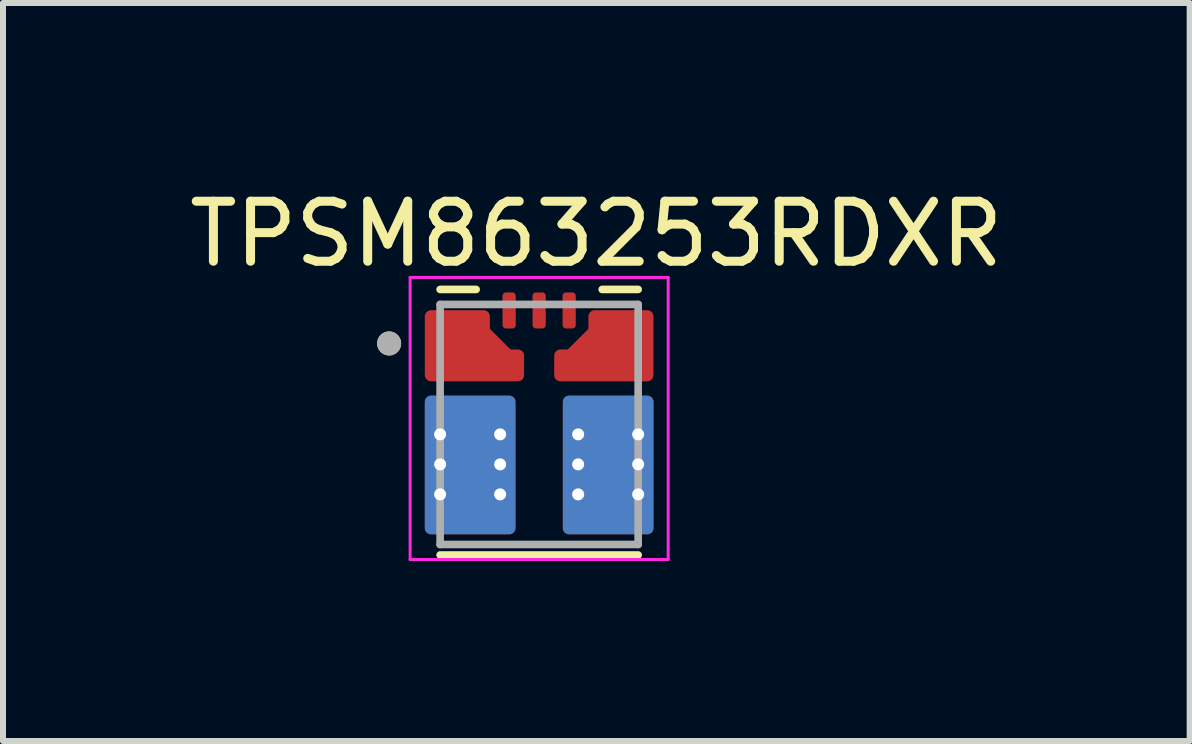
<source format=kicad_pcb>
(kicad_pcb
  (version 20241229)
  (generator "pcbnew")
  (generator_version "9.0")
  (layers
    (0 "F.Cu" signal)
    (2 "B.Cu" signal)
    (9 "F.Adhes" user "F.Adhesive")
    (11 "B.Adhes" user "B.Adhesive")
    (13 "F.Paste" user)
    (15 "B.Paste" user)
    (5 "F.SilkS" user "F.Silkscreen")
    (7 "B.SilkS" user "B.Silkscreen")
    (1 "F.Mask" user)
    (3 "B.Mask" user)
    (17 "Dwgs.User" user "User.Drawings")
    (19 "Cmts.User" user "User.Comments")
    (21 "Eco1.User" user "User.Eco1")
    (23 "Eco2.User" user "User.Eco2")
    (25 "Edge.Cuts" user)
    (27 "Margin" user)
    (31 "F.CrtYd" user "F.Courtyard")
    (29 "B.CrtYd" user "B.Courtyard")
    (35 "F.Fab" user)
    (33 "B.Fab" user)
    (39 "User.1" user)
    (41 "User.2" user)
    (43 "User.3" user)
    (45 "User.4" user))
  (footprint "TPSM863253RDXR"
    (layer "F.Cu")
    (at 5.934 4.023)
    (property "Reference" "TPSM863253RDXR" (at 0.953 -3.175 0) (layer "F.SilkS") (effects (font (size 1 1) (thickness 0.15))))
    (attr through_hole)
    (fp_poly (pts (xy -0.66 -1.65) (xy -0.66 -2.15) (xy -0.66 -2.155) (xy -0.659 -2.16) (xy -0.659 -2.166) (xy -0.658 -2.171) (xy -0.657 -2.176) (xy -0.655 -2.181) (xy -0.653 -2.186) (xy -0.651 -2.191) (xy -0.649 -2.195) (xy -0.647 -2.2) (xy -0.644 -2.204) (xy -0.641 -2.209) (xy -0.638 -2.213) (xy -0.634 -2.217) (xy -0.631 -2.221) (xy -0.627 -2.224) (xy -0.623 -2.228) (xy -0.619 -2.231) (xy -0.614 -2.234) (xy -0.61 -2.237) (xy -0.605 -2.239) (xy -0.601 -2.241) (xy -0.596 -2.243) (xy -0.591 -2.245) (xy -0.586 -2.247) (xy -0.581 -2.248) (xy -0.576 -2.249) (xy -0.57 -2.249) (xy -0.565 -2.25) (xy -0.56 -2.25) (xy -0.44 -2.25) (xy -0.435 -2.25) (xy -0.43 -2.249) (xy -0.424 -2.249) (xy -0.419 -2.248) (xy -0.414 -2.247) (xy -0.409 -2.245) (xy -0.404 -2.243) (xy -0.399 -2.241) (xy -0.395 -2.239) (xy -0.39 -2.237) (xy -0.386 -2.234) (xy -0.381 -2.231) (xy -0.377 -2.228) (xy -0.373 -2.224) (xy -0.369 -2.221) (xy -0.366 -2.217) (xy -0.362 -2.213) (xy -0.359 -2.209) (xy -0.356 -2.204) (xy -0.353 -2.2) (xy -0.351 -2.195) (xy -0.349 -2.191) (xy -0.347 -2.186) (xy -0.345 -2.181) (xy -0.343 -2.176) (xy -0.342 -2.171) (xy -0.341 -2.166) (xy -0.341 -2.16) (xy -0.34 -2.155) (xy -0.34 -2.15) (xy -0.34 -1.65) (xy -0.34 -1.645) (xy -0.341 -1.64) (xy -0.341 -1.634) (xy -0.342 -1.629) (xy -0.343 -1.624) (xy -0.345 -1.619) (xy -0.347 -1.614) (xy -0.349 -1.609) (xy -0.351 -1.605) (xy -0.353 -1.6) (xy -0.356 -1.596) (xy -0.359 -1.591) (xy -0.362 -1.587) (xy -0.366 -1.583) (xy -0.369 -1.579) (xy -0.373 -1.576) (xy -0.377 -1.572) (xy -0.381 -1.569) (xy -0.386 -1.566) (xy -0.39 -1.563) (xy -0.395 -1.561) (xy -0.399 -1.559) (xy -0.404 -1.557) (xy -0.409 -1.555) (xy -0.414 -1.553) (xy -0.419 -1.552) (xy -0.424 -1.551) (xy -0.43 -1.551) (xy -0.435 -1.55) (xy -0.44 -1.55) (xy -0.56 -1.55) (xy -0.565 -1.55) (xy -0.57 -1.551) (xy -0.576 -1.551) (xy -0.581 -1.552) (xy -0.586 -1.553) (xy -0.591 -1.555) (xy -0.596 -1.557) (xy -0.601 -1.559) (xy -0.605 -1.561) (xy -0.61 -1.563) (xy -0.614 -1.566) (xy -0.619 -1.569) (xy -0.623 -1.572) (xy -0.627 -1.576) (xy -0.631 -1.579) (xy -0.634 -1.583) (xy -0.638 -1.587) (xy -0.641 -1.591) (xy -0.644 -1.596) (xy -0.647 -1.6) (xy -0.649 -1.605) (xy -0.651 -1.609) (xy -0.653 -1.614) (xy -0.655 -1.619) (xy -0.657 -1.624) (xy -0.658 -1.629) (xy -0.659 -1.634) (xy -0.659 -1.64) (xy -0.66 -1.645) (xy -0.66 -1.65)) (stroke (width 0.01) (type solid)) (fill yes) (layer "F.Mask"))
    (fp_poly (pts (xy -0.16 -2.15) (xy -0.16 -1.65) (xy -0.16 -1.645) (xy -0.159 -1.64) (xy -0.159 -1.634) (xy -0.158 -1.629) (xy -0.157 -1.624) (xy -0.155 -1.619) (xy -0.153 -1.614) (xy -0.151 -1.609) (xy -0.149 -1.605) (xy -0.147 -1.6) (xy -0.144 -1.596) (xy -0.141 -1.591) (xy -0.138 -1.587) (xy -0.134 -1.583) (xy -0.131 -1.579) (xy -0.127 -1.576) (xy -0.123 -1.572) (xy -0.119 -1.569) (xy -0.114 -1.566) (xy -0.11 -1.563) (xy -0.105 -1.561) (xy -0.101 -1.559) (xy -0.096 -1.557) (xy -0.091 -1.555) (xy -0.086 -1.553) (xy -0.081 -1.552) (xy -0.076 -1.551) (xy -0.07 -1.551) (xy -0.065 -1.55) (xy -0.06 -1.55) (xy 0.06 -1.55) (xy 0.065 -1.55) (xy 0.07 -1.551) (xy 0.076 -1.551) (xy 0.081 -1.552) (xy 0.086 -1.553) (xy 0.091 -1.555) (xy 0.096 -1.557) (xy 0.101 -1.559) (xy 0.105 -1.561) (xy 0.11 -1.563) (xy 0.114 -1.566) (xy 0.119 -1.569) (xy 0.123 -1.572) (xy 0.127 -1.576) (xy 0.131 -1.579) (xy 0.134 -1.583) (xy 0.138 -1.587) (xy 0.141 -1.591) (xy 0.144 -1.596) (xy 0.147 -1.6) (xy 0.149 -1.605) (xy 0.151 -1.609) (xy 0.153 -1.614) (xy 0.155 -1.619) (xy 0.157 -1.624) (xy 0.158 -1.629) (xy 0.159 -1.634) (xy 0.159 -1.64) (xy 0.16 -1.645) (xy 0.16 -1.65) (xy 0.16 -2.15) (xy 0.16 -2.155) (xy 0.159 -2.16) (xy 0.159 -2.166) (xy 0.158 -2.171) (xy 0.157 -2.176) (xy 0.155 -2.181) (xy 0.153 -2.186) (xy 0.151 -2.191) (xy 0.149 -2.195) (xy 0.147 -2.2) (xy 0.144 -2.204) (xy 0.141 -2.209) (xy 0.138 -2.213) (xy 0.134 -2.217) (xy 0.131 -2.221) (xy 0.127 -2.224) (xy 0.123 -2.228) (xy 0.119 -2.231) (xy 0.114 -2.234) (xy 0.11 -2.237) (xy 0.105 -2.239) (xy 0.101 -2.241) (xy 0.096 -2.243) (xy 0.091 -2.245) (xy 0.086 -2.247) (xy 0.081 -2.248) (xy 0.076 -2.249) (xy 0.07 -2.249) (xy 0.065 -2.25) (xy 0.06 -2.25) (xy -0.06 -2.25) (xy -0.065 -2.25) (xy -0.07 -2.249) (xy -0.076 -2.249) (xy -0.081 -2.248) (xy -0.086 -2.247) (xy -0.091 -2.245) (xy -0.096 -2.243) (xy -0.101 -2.241) (xy -0.105 -2.239) (xy -0.11 -2.237) (xy -0.114 -2.234) (xy -0.119 -2.231) (xy -0.123 -2.228) (xy -0.127 -2.224) (xy -0.131 -2.221) (xy -0.134 -2.217) (xy -0.138 -2.213) (xy -0.141 -2.209) (xy -0.144 -2.204) (xy -0.147 -2.2) (xy -0.149 -2.195) (xy -0.151 -2.191) (xy -0.153 -2.186) (xy -0.155 -2.181) (xy -0.157 -2.176) (xy -0.158 -2.171) (xy -0.159 -2.166) (xy -0.159 -2.16) (xy -0.16 -2.155) (xy -0.16 -2.15)) (stroke (width 0.01) (type solid)) (fill yes) (layer "F.Mask"))
    (fp_poly (pts (xy 0.34 -1.65) (xy 0.34 -2.15) (xy 0.34 -2.155) (xy 0.341 -2.16) (xy 0.341 -2.166) (xy 0.342 -2.171) (xy 0.343 -2.176) (xy 0.345 -2.181) (xy 0.347 -2.186) (xy 0.349 -2.191) (xy 0.351 -2.195) (xy 0.353 -2.2) (xy 0.356 -2.204) (xy 0.359 -2.209) (xy 0.362 -2.213) (xy 0.366 -2.217) (xy 0.369 -2.221) (xy 0.373 -2.224) (xy 0.377 -2.228) (xy 0.381 -2.231) (xy 0.386 -2.234) (xy 0.39 -2.237) (xy 0.395 -2.239) (xy 0.399 -2.241) (xy 0.404 -2.243) (xy 0.409 -2.245) (xy 0.414 -2.247) (xy 0.419 -2.248) (xy 0.424 -2.249) (xy 0.43 -2.249) (xy 0.435 -2.25) (xy 0.44 -2.25) (xy 0.56 -2.25) (xy 0.565 -2.25) (xy 0.57 -2.249) (xy 0.576 -2.249) (xy 0.581 -2.248) (xy 0.586 -2.247) (xy 0.591 -2.245) (xy 0.596 -2.243) (xy 0.601 -2.241) (xy 0.605 -2.239) (xy 0.61 -2.237) (xy 0.614 -2.234) (xy 0.619 -2.231) (xy 0.623 -2.228) (xy 0.627 -2.224) (xy 0.631 -2.221) (xy 0.634 -2.217) (xy 0.638 -2.213) (xy 0.641 -2.209) (xy 0.644 -2.204) (xy 0.647 -2.2) (xy 0.649 -2.195) (xy 0.651 -2.191) (xy 0.653 -2.186) (xy 0.655 -2.181) (xy 0.657 -2.176) (xy 0.658 -2.171) (xy 0.659 -2.166) (xy 0.659 -2.16) (xy 0.66 -2.155) (xy 0.66 -2.15) (xy 0.66 -1.65) (xy 0.66 -1.645) (xy 0.659 -1.64) (xy 0.659 -1.634) (xy 0.658 -1.629) (xy 0.657 -1.624) (xy 0.655 -1.619) (xy 0.653 -1.614) (xy 0.651 -1.609) (xy 0.649 -1.605) (xy 0.647 -1.6) (xy 0.644 -1.596) (xy 0.641 -1.591) (xy 0.638 -1.587) (xy 0.634 -1.583) (xy 0.631 -1.579) (xy 0.627 -1.576) (xy 0.623 -1.572) (xy 0.619 -1.569) (xy 0.614 -1.566) (xy 0.61 -1.563) (xy 0.605 -1.561) (xy 0.601 -1.559) (xy 0.596 -1.557) (xy 0.591 -1.555) (xy 0.586 -1.553) (xy 0.581 -1.552) (xy 0.576 -1.551) (xy 0.57 -1.551) (xy 0.565 -1.55) (xy 0.56 -1.55) (xy 0.44 -1.55) (xy 0.435 -1.55) (xy 0.43 -1.551) (xy 0.424 -1.551) (xy 0.419 -1.552) (xy 0.414 -1.553) (xy 0.409 -1.555) (xy 0.404 -1.557) (xy 0.399 -1.559) (xy 0.395 -1.561) (xy 0.39 -1.563) (xy 0.386 -1.566) (xy 0.381 -1.569) (xy 0.377 -1.572) (xy 0.373 -1.576) (xy 0.369 -1.579) (xy 0.366 -1.583) (xy 0.362 -1.587) (xy 0.359 -1.591) (xy 0.356 -1.596) (xy 0.353 -1.6) (xy 0.351 -1.605) (xy 0.349 -1.609) (xy 0.347 -1.614) (xy 0.345 -1.619) (xy 0.343 -1.624) (xy 0.342 -1.629) (xy 0.341 -1.634) (xy 0.341 -1.64) (xy 0.34 -1.645) (xy 0.34 -1.65)) (stroke (width 0.01) (type solid)) (fill yes) (layer "F.Mask"))
    (fp_poly (pts (xy -0.305 -0.825) (xy -0.305 -1.145) (xy -0.305 -1.148) (xy -0.305 -1.15) (xy -0.306 -1.153) (xy -0.306 -1.155) (xy -0.307 -1.158) (xy -0.307 -1.16) (xy -0.308 -1.163) (xy -0.309 -1.165) (xy -0.31 -1.168) (xy -0.312 -1.17) (xy -0.313 -1.172) (xy -0.315 -1.174) (xy -0.316 -1.176) (xy -0.318 -1.178) (xy -0.32 -1.18) (xy -0.322 -1.182) (xy -0.324 -1.184) (xy -0.326 -1.185) (xy -0.328 -1.187) (xy -0.33 -1.188) (xy -0.332 -1.19) (xy -0.335 -1.191) (xy -0.337 -1.192) (xy -0.34 -1.193) (xy -0.342 -1.193) (xy -0.345 -1.194) (xy -0.347 -1.194) (xy -0.35 -1.195) (xy -0.352 -1.195) (xy -0.355 -1.195) (xy -0.477 -1.195) (xy -0.479 -1.195) (xy -0.48 -1.195) (xy -0.481 -1.195) (xy -0.483 -1.195) (xy -0.484 -1.195) (xy -0.485 -1.196) (xy -0.486 -1.196) (xy -0.488 -1.196) (xy -0.489 -1.196) (xy -0.49 -1.197) (xy -0.491 -1.197) (xy -0.493 -1.197) (xy -0.494 -1.198) (xy -0.495 -1.198) (xy -0.496 -1.199) (xy -0.498 -1.199) (xy -0.499 -1.2) (xy -0.5 -1.2) (xy -0.501 -1.201) (xy -0.502 -1.202) (xy -0.503 -1.202) (xy -0.505 -1.203) (xy -0.506 -1.204) (xy -0.507 -1.205) (xy -0.508 -1.205) (xy -0.509 -1.206) (xy -0.51 -1.207) (xy -0.511 -1.208) (xy -0.512 -1.209) (xy -0.513 -1.21) (xy -0.86 -1.557) (xy -0.861 -1.558) (xy -0.862 -1.559) (xy -0.863 -1.56) (xy -0.864 -1.561) (xy -0.865 -1.562) (xy -0.865 -1.563) (xy -0.866 -1.564) (xy -0.867 -1.565) (xy -0.868 -1.567) (xy -0.868 -1.568) (xy -0.869 -1.569) (xy -0.87 -1.57) (xy -0.87 -1.571) (xy -0.871 -1.572) (xy -0.871 -1.574) (xy -0.872 -1.575) (xy -0.872 -1.576) (xy -0.873 -1.577) (xy -0.873 -1.579) (xy -0.873 -1.58) (xy -0.874 -1.581) (xy -0.874 -1.582) (xy -0.874 -1.584) (xy -0.874 -1.585) (xy -0.875 -1.586) (xy -0.875 -1.587) (xy -0.875 -1.589) (xy -0.875 -1.59) (xy -0.875 -1.591) (xy -0.875 -1.593) (xy -0.875 -1.8) (xy -0.875 -1.803) (xy -0.875 -1.805) (xy -0.876 -1.808) (xy -0.876 -1.81) (xy -0.877 -1.813) (xy -0.877 -1.815) (xy -0.878 -1.818) (xy -0.879 -1.82) (xy -0.88 -1.823) (xy -0.882 -1.825) (xy -0.883 -1.827) (xy -0.885 -1.829) (xy -0.886 -1.831) (xy -0.888 -1.833) (xy -0.89 -1.835) (xy -0.892 -1.837) (xy -0.894 -1.839) (xy -0.896 -1.84) (xy -0.898 -1.842) (xy -0.9 -1.843) (xy -0.902 -1.845) (xy -0.905 -1.846) (xy -0.907 -1.847) (xy -0.91 -1.848) (xy -0.912 -1.848) (xy -0.915 -1.849) (xy -0.917 -1.849) (xy -0.92 -1.85) (xy -0.922 -1.85) (xy -0.925 -1.85) (xy -1.4 -1.85) (xy -1.403 -1.85) (xy -1.405 -1.85) (xy -1.408 -1.849) (xy -1.41 -1.849) (xy -1.413 -1.848) (xy -1.415 -1.848) (xy -1.418 -1.847) (xy -1.42 -1.846) (xy -1.423 -1.845) (xy -1.425 -1.843) (xy -1.427 -1.842) (xy -1.429 -1.84) (xy -1.431 -1.839) (xy -1.433 -1.837) (xy -1.435 -1.835) (xy -1.437 -1.833) (xy -1.439 -1.831) (xy -1.44 -1.829) (xy -1.442 -1.827) (xy -1.443 -1.825) (xy -1.445 -1.823) (xy -1.446 -1.82) (xy -1.447 -1.818) (xy -1.448 -1.815) (xy -1.448 -1.813) (xy -1.449 -1.81) (xy -1.449 -1.808) (xy -1.45 -1.805) (xy -1.45 -1.803) (xy -1.45 -1.8) (xy -1.45 -1.675) (xy -1.45 -1.672) (xy -1.45 -1.67) (xy -1.451 -1.667) (xy -1.451 -1.665) (xy -1.452 -1.662) (xy -1.452 -1.66) (xy -1.453 -1.657) (xy -1.454 -1.655) (xy -1.455 -1.652) (xy -1.457 -1.65) (xy -1.458 -1.648) (xy -1.46 -1.646) (xy -1.461 -1.644) (xy -1.463 -1.642) (xy -1.465 -1.64) (xy -1.467 -1.638) (xy -1.469 -1.636) (xy -1.471 -1.635) (xy -1.473 -1.633) (xy -1.475 -1.632) (xy -1.477 -1.63) (xy -1.48 -1.629) (xy -1.482 -1.628) (xy -1.485 -1.627) (xy -1.487 -1.627) (xy -1.49 -1.626) (xy -1.492 -1.626) (xy -1.495 -1.625) (xy -1.497 -1.625) (xy -1.5 -1.625) (xy -1.8 -1.625) (xy -1.803 -1.625) (xy -1.805 -1.625) (xy -1.808 -1.624) (xy -1.81 -1.624) (xy -1.813 -1.623) (xy -1.815 -1.623) (xy -1.818 -1.622) (xy -1.82 -1.621) (xy -1.823 -1.62) (xy -1.825 -1.618) (xy -1.827 -1.617) (xy -1.829 -1.615) (xy -1.831 -1.614) (xy -1.833 -1.612) (xy -1.835 -1.61) (xy -1.837 -1.608) (xy -1.839 -1.606) (xy -1.84 -1.604) (xy -1.842 -1.602) (xy -1.843 -1.6) (xy -1.845 -1.598) (xy -1.846 -1.595) (xy -1.847 -1.593) (xy -1.848 -1.59) (xy -1.848 -1.588) (xy -1.849 -1.585) (xy -1.849 -1.583) (xy -1.85 -1.58) (xy -1.85 -1.578) (xy -1.85 -1.575) (xy -1.85 -1.425) (xy -1.85 -1.422) (xy -1.85 -1.42) (xy -1.849 -1.417) (xy -1.849 -1.415) (xy -1.848 -1.412) (xy -1.848 -1.41) (xy -1.847 -1.407) (xy -1.846 -1.405) (xy -1.845 -1.402) (xy -1.843 -1.4) (xy -1.842 -1.398) (xy -1.84 -1.396) (xy -1.839 -1.394) (xy -1.837 -1.392) (xy -1.835 -1.39) (xy -1.833 -1.388) (xy -1.831 -1.386) (xy -1.829 -1.385) (xy -1.827 -1.383) (xy -1.825 -1.382) (xy -1.823 -1.38) (xy -1.82 -1.379) (xy -1.818 -1.378) (xy -1.815 -1.377) (xy -1.813 -1.377) (xy -1.81 -1.376) (xy -1.808 -1.376) (xy -1.805 -1.375) (xy -1.803 -1.375) (xy -1.8 -1.375) (xy -1.5 -1.375) (xy -1.497 -1.375) (xy -1.495 -1.375) (xy -1.492 -1.374) (xy -1.49 -1.374) (xy -1.487 -1.373) (xy -1.485 -1.373) (xy -1.482 -1.372) (xy -1.48 -1.371) (xy -1.477 -1.37) (xy -1.475 -1.368) (xy -1.473 -1.367) (xy -1.471 -1.365) (xy -1.469 -1.364) (xy -1.467 -1.362) (xy -1.465 -1.36) (xy -1.463 -1.358) (xy -1.461 -1.356) (xy -1.46 -1.354) (xy -1.458 -1.352) (xy -1.457 -1.35) (xy -1.455 -1.348) (xy -1.454 -1.345) (xy -1.453 -1.343) (xy -1.452 -1.34) (xy -1.452 -1.338) (xy -1.451 -1.335) (xy -1.451 -1.333) (xy -1.45 -1.33) (xy -1.45 -1.328) (xy -1.45 -1.325) (xy -1.45 -1.175) (xy -1.45 -1.172) (xy -1.45 -1.17) (xy -1.451 -1.167) (xy -1.451 -1.165) (xy -1.452 -1.162) (xy -1.452 -1.16) (xy -1.453 -1.157) (xy -1.454 -1.155) (xy -1.455 -1.152) (xy -1.457 -1.15) (xy -1.458 -1.148) (xy -1.46 -1.146) (xy -1.461 -1.144) (xy -1.463 -1.142) (xy -1.465 -1.14) (xy -1.467 -1.138) (xy -1.469 -1.136) (xy -1.471 -1.135) (xy -1.473 -1.133) (xy -1.475 -1.132) (xy -1.477 -1.13) (xy -1.48 -1.129) (xy -1.482 -1.128) (xy -1.485 -1.127) (xy -1.487 -1.127) (xy -1.49 -1.126) (xy -1.492 -1.126) (xy -1.495 -1.125) (xy -1.497 -1.125) (xy -1.5 -1.125) (xy -1.8 -1.125) (xy -1.803 -1.125) (xy -1.805 -1.125) (xy -1.808 -1.124) (xy -1.81 -1.124) (xy -1.813 -1.123) (xy -1.815 -1.123) (xy -1.818 -1.122) (xy -1.82 -1.121) (xy -1.823 -1.12) (xy -1.825 -1.118) (xy -1.827 -1.117) (xy -1.829 -1.115) (xy -1.831 -1.114) (xy -1.833 -1.112) (xy -1.835 -1.11) (xy -1.837 -1.108) (xy -1.839 -1.106) (xy -1.84 -1.104) (xy -1.842 -1.102) (xy -1.843 -1.1) (xy -1.845 -1.098) (xy -1.846 -1.095) (xy -1.847 -1.093) (xy -1.848 -1.09) (xy -1.848 -1.088) (xy -1.849 -1.085) (xy -1.849 -1.083) (xy -1.85 -1.08) (xy -1.85 -1.078) (xy -1.85 -1.075) (xy -1.85 -0.925) (xy -1.85 -0.922) (xy -1.85 -0.92) (xy -1.849 -0.917) (xy -1.849 -0.915) (xy -1.848 -0.912) (xy -1.848 -0.91) (xy -1.847 -0.907) (xy -1.846 -0.905) (xy -1.845 -0.902) (xy -1.843 -0.9) (xy -1.842 -0.898) (xy -1.84 -0.896) (xy -1.839 -0.894) (xy -1.837 -0.892) (xy -1.835 -0.89) (xy -1.833 -0.888) (xy -1.831 -0.886) (xy -1.829 -0.885) (xy -1.827 -0.883) (xy -1.825 -0.882) (xy -1.823 -0.88) (xy -1.82 -0.879) (xy -1.818 -0.878) (xy -1.815 -0.877) (xy -1.813 -0.877) (xy -1.81 -0.876) (xy -1.808 -0.876) (xy -1.805 -0.875) (xy -1.803 -0.875) (xy -1.8 -0.875) (xy -1.5 -0.875) (xy -1.497 -0.875) (xy -1.495 -0.875) (xy -1.492 -0.874) (xy -1.49 -0.874) (xy -1.487 -0.873) (xy -1.485 -0.873) (xy -1.482 -0.872) (xy -1.48 -0.871) (xy -1.477 -0.87) (xy -1.475 -0.868) (xy -1.473 -0.867) (xy -1.471 -0.865) (xy -1.469 -0.864) (xy -1.467 -0.862) (xy -1.465 -0.86) (xy -1.463 -0.858) (xy -1.461 -0.856) (xy -1.46 -0.854) (xy -1.458 -0.852) (xy -1.457 -0.85) (xy -1.455 -0.848) (xy -1.454 -0.845) (xy -1.453 -0.843) (xy -1.452 -0.84) (xy -1.452 -0.838) (xy -1.451 -0.835) (xy -1.451 -0.833) (xy -1.45 -0.83) (xy -1.45 -0.828) (xy -1.45 -0.825) (xy -1.45 -0.822) (xy -1.45 -0.82) (xy -1.449 -0.817) (xy -1.449 -0.815) (xy -1.448 -0.812) (xy -1.448 -0.81) (xy -1.447 -0.807) (xy -1.446 -0.805) (xy -1.445 -0.802) (xy -1.443 -0.8) (xy -1.442 -0.798) (xy -1.44 -0.796) (xy -1.439 -0.794) (xy -1.437 -0.792) (xy -1.435 -0.79) (xy -1.433 -0.788) (xy -1.431 -0.786) (xy -1.429 -0.785) (xy -1.427 -0.783) (xy -1.425 -0.782) (xy -1.423 -0.78) (xy -1.42 -0.779) (xy -1.418 -0.778) (xy -1.415 -0.777) (xy -1.413 -0.777) (xy -1.41 -0.776) (xy -1.408 -0.776) (xy -1.405 -0.775) (xy -1.403 -0.775) (xy -1.4 -0.775) (xy -0.355 -0.775) (xy -0.352 -0.775) (xy -0.35 -0.775) (xy -0.347 -0.776) (xy -0.345 -0.776) (xy -0.342 -0.777) (xy -0.34 -0.777) (xy -0.337 -0.778) (xy -0.335 -0.779) (xy -0.332 -0.78) (xy -0.33 -0.782) (xy -0.328 -0.783) (xy -0.326 -0.785) (xy -0.324 -0.786) (xy -0.322 -0.788) (xy -0.32 -0.79) (xy -0.318 -0.792) (xy -0.316 -0.794) (xy -0.315 -0.796) (xy -0.313 -0.798) (xy -0.312 -0.8) (xy -0.31 -0.802) (xy -0.309 -0.805) (xy -0.308 -0.807) (xy -0.307 -0.81) (xy -0.307 -0.812) (xy -0.306 -0.815) (xy -0.306 -0.817) (xy -0.305 -0.82) (xy -0.305 -0.822) (xy -0.305 -0.825)) (stroke (width 0.01) (type solid)) (fill yes) (layer "F.Mask"))
    (fp_poly (pts (xy 0.305 -0.825) (xy 0.305 -1.145) (xy 0.305 -1.148) (xy 0.305 -1.15) (xy 0.306 -1.153) (xy 0.306 -1.155) (xy 0.307 -1.158) (xy 0.307 -1.16) (xy 0.308 -1.163) (xy 0.309 -1.165) (xy 0.31 -1.168) (xy 0.312 -1.17) (xy 0.313 -1.172) (xy 0.315 -1.174) (xy 0.316 -1.176) (xy 0.318 -1.178) (xy 0.32 -1.18) (xy 0.322 -1.182) (xy 0.324 -1.184) (xy 0.326 -1.185) (xy 0.328 -1.187) (xy 0.33 -1.188) (xy 0.332 -1.19) (xy 0.335 -1.191) (xy 0.337 -1.192) (xy 0.34 -1.193) (xy 0.342 -1.193) (xy 0.345 -1.194) (xy 0.347 -1.194) (xy 0.35 -1.195) (xy 0.352 -1.195) (xy 0.355 -1.195) (xy 0.477 -1.195) (xy 0.479 -1.195) (xy 0.48 -1.195) (xy 0.481 -1.195) (xy 0.483 -1.195) (xy 0.484 -1.195) (xy 0.485 -1.196) (xy 0.486 -1.196) (xy 0.488 -1.196) (xy 0.489 -1.196) (xy 0.49 -1.197) (xy 0.491 -1.197) (xy 0.493 -1.197) (xy 0.494 -1.198) (xy 0.495 -1.198) (xy 0.496 -1.199) (xy 0.498 -1.199) (xy 0.499 -1.2) (xy 0.5 -1.2) (xy 0.501 -1.201) (xy 0.502 -1.202) (xy 0.503 -1.202) (xy 0.505 -1.203) (xy 0.506 -1.204) (xy 0.507 -1.205) (xy 0.508 -1.205) (xy 0.509 -1.206) (xy 0.51 -1.207) (xy 0.511 -1.208) (xy 0.512 -1.209) (xy 0.513 -1.21) (xy 0.86 -1.557) (xy 0.861 -1.558) (xy 0.862 -1.559) (xy 0.863 -1.56) (xy 0.864 -1.561) (xy 0.865 -1.562) (xy 0.865 -1.563) (xy 0.866 -1.564) (xy 0.867 -1.565) (xy 0.868 -1.567) (xy 0.868 -1.568) (xy 0.869 -1.569) (xy 0.87 -1.57) (xy 0.87 -1.571) (xy 0.871 -1.572) (xy 0.871 -1.574) (xy 0.872 -1.575) (xy 0.872 -1.576) (xy 0.873 -1.577) (xy 0.873 -1.579) (xy 0.873 -1.58) (xy 0.874 -1.581) (xy 0.874 -1.582) (xy 0.874 -1.584) (xy 0.874 -1.585) (xy 0.875 -1.586) (xy 0.875 -1.587) (xy 0.875 -1.589) (xy 0.875 -1.59) (xy 0.875 -1.591) (xy 0.875 -1.593) (xy 0.875 -1.8) (xy 0.875 -1.803) (xy 0.875 -1.805) (xy 0.876 -1.808) (xy 0.876 -1.81) (xy 0.877 -1.813) (xy 0.877 -1.815) (xy 0.878 -1.818) (xy 0.879 -1.82) (xy 0.88 -1.823) (xy 0.882 -1.825) (xy 0.883 -1.827) (xy 0.885 -1.829) (xy 0.886 -1.831) (xy 0.888 -1.833) (xy 0.89 -1.835) (xy 0.892 -1.837) (xy 0.894 -1.839) (xy 0.896 -1.84) (xy 0.898 -1.842) (xy 0.9 -1.843) (xy 0.902 -1.845) (xy 0.905 -1.846) (xy 0.907 -1.847) (xy 0.91 -1.848) (xy 0.912 -1.848) (xy 0.915 -1.849) (xy 0.917 -1.849) (xy 0.92 -1.85) (xy 0.922 -1.85) (xy 0.925 -1.85) (xy 1.4 -1.85) (xy 1.403 -1.85) (xy 1.405 -1.85) (xy 1.408 -1.849) (xy 1.41 -1.849) (xy 1.413 -1.848) (xy 1.415 -1.848) (xy 1.418 -1.847) (xy 1.42 -1.846) (xy 1.423 -1.845) (xy 1.425 -1.843) (xy 1.427 -1.842) (xy 1.429 -1.84) (xy 1.431 -1.839) (xy 1.433 -1.837) (xy 1.435 -1.835) (xy 1.437 -1.833) (xy 1.439 -1.831) (xy 1.44 -1.829) (xy 1.442 -1.827) (xy 1.443 -1.825) (xy 1.445 -1.823) (xy 1.446 -1.82) (xy 1.447 -1.818) (xy 1.448 -1.815) (xy 1.448 -1.813) (xy 1.449 -1.81) (xy 1.449 -1.808) (xy 1.45 -1.805) (xy 1.45 -1.803) (xy 1.45 -1.8) (xy 1.45 -1.675) (xy 1.45 -1.672) (xy 1.45 -1.67) (xy 1.451 -1.667) (xy 1.451 -1.665) (xy 1.452 -1.662) (xy 1.452 -1.66) (xy 1.453 -1.657) (xy 1.454 -1.655) (xy 1.455 -1.652) (xy 1.457 -1.65) (xy 1.458 -1.648) (xy 1.46 -1.646) (xy 1.461 -1.644) (xy 1.463 -1.642) (xy 1.465 -1.64) (xy 1.467 -1.638) (xy 1.469 -1.636) (xy 1.471 -1.635) (xy 1.473 -1.633) (xy 1.475 -1.632) (xy 1.477 -1.63) (xy 1.48 -1.629) (xy 1.482 -1.628) (xy 1.485 -1.627) (xy 1.487 -1.627) (xy 1.49 -1.626) (xy 1.492 -1.626) (xy 1.495 -1.625) (xy 1.497 -1.625) (xy 1.5 -1.625) (xy 1.8 -1.625) (xy 1.803 -1.625) (xy 1.805 -1.625) (xy 1.808 -1.624) (xy 1.81 -1.624) (xy 1.813 -1.623) (xy 1.815 -1.623) (xy 1.818 -1.622) (xy 1.82 -1.621) (xy 1.823 -1.62) (xy 1.825 -1.618) (xy 1.827 -1.617) (xy 1.829 -1.615) (xy 1.831 -1.614) (xy 1.833 -1.612) (xy 1.835 -1.61) (xy 1.837 -1.608) (xy 1.839 -1.606) (xy 1.84 -1.604) (xy 1.842 -1.602) (xy 1.843 -1.6) (xy 1.845 -1.598) (xy 1.846 -1.595) (xy 1.847 -1.593) (xy 1.848 -1.59) (xy 1.848 -1.588) (xy 1.849 -1.585) (xy 1.849 -1.583) (xy 1.85 -1.58) (xy 1.85 -1.578) (xy 1.85 -1.575) (xy 1.85 -1.425) (xy 1.85 -1.422) (xy 1.85 -1.42) (xy 1.849 -1.417) (xy 1.849 -1.415) (xy 1.848 -1.412) (xy 1.848 -1.41) (xy 1.847 -1.407) (xy 1.846 -1.405) (xy 1.845 -1.402) (xy 1.843 -1.4) (xy 1.842 -1.398) (xy 1.84 -1.396) (xy 1.839 -1.394) (xy 1.837 -1.392) (xy 1.835 -1.39) (xy 1.833 -1.388) (xy 1.831 -1.386) (xy 1.829 -1.385) (xy 1.827 -1.383) (xy 1.825 -1.382) (xy 1.823 -1.38) (xy 1.82 -1.379) (xy 1.818 -1.378) (xy 1.815 -1.377) (xy 1.813 -1.377) (xy 1.81 -1.376) (xy 1.808 -1.376) (xy 1.805 -1.375) (xy 1.803 -1.375) (xy 1.8 -1.375) (xy 1.5 -1.375) (xy 1.497 -1.375) (xy 1.495 -1.375) (xy 1.492 -1.374) (xy 1.49 -1.374) (xy 1.487 -1.373) (xy 1.485 -1.373) (xy 1.482 -1.372) (xy 1.48 -1.371) (xy 1.477 -1.37) (xy 1.475 -1.368) (xy 1.473 -1.367) (xy 1.471 -1.365) (xy 1.469 -1.364) (xy 1.467 -1.362) (xy 1.465 -1.36) (xy 1.463 -1.358) (xy 1.461 -1.356) (xy 1.46 -1.354) (xy 1.458 -1.352) (xy 1.457 -1.35) (xy 1.455 -1.348) (xy 1.454 -1.345) (xy 1.453 -1.343) (xy 1.452 -1.34) (xy 1.452 -1.338) (xy 1.451 -1.335) (xy 1.451 -1.333) (xy 1.45 -1.33) (xy 1.45 -1.328) (xy 1.45 -1.325) (xy 1.45 -1.175) (xy 1.45 -1.172) (xy 1.45 -1.17) (xy 1.451 -1.167) (xy 1.451 -1.165) (xy 1.452 -1.162) (xy 1.452 -1.16) (xy 1.453 -1.157) (xy 1.454 -1.155) (xy 1.455 -1.152) (xy 1.457 -1.15) (xy 1.458 -1.148) (xy 1.46 -1.146) (xy 1.461 -1.144) (xy 1.463 -1.142) (xy 1.465 -1.14) (xy 1.467 -1.138) (xy 1.469 -1.136) (xy 1.471 -1.135) (xy 1.473 -1.133) (xy 1.475 -1.132) (xy 1.477 -1.13) (xy 1.48 -1.129) (xy 1.482 -1.128) (xy 1.485 -1.127) (xy 1.487 -1.127) (xy 1.49 -1.126) (xy 1.492 -1.126) (xy 1.495 -1.125) (xy 1.497 -1.125) (xy 1.5 -1.125) (xy 1.8 -1.125) (xy 1.803 -1.125) (xy 1.805 -1.125) (xy 1.808 -1.124) (xy 1.81 -1.124) (xy 1.813 -1.123) (xy 1.815 -1.123) (xy 1.818 -1.122) (xy 1.82 -1.121) (xy 1.823 -1.12) (xy 1.825 -1.118) (xy 1.827 -1.117) (xy 1.829 -1.115) (xy 1.831 -1.114) (xy 1.833 -1.112) (xy 1.835 -1.11) (xy 1.837 -1.108) (xy 1.839 -1.106) (xy 1.84 -1.104) (xy 1.842 -1.102) (xy 1.843 -1.1) (xy 1.845 -1.098) (xy 1.846 -1.095) (xy 1.847 -1.093) (xy 1.848 -1.09) (xy 1.848 -1.088) (xy 1.849 -1.085) (xy 1.849 -1.083) (xy 1.85 -1.08) (xy 1.85 -1.078) (xy 1.85 -1.075) (xy 1.85 -0.925) (xy 1.85 -0.922) (xy 1.85 -0.92) (xy 1.849 -0.917) (xy 1.849 -0.915) (xy 1.848 -0.912) (xy 1.848 -0.91) (xy 1.847 -0.907) (xy 1.846 -0.905) (xy 1.845 -0.902) (xy 1.843 -0.9) (xy 1.842 -0.898) (xy 1.84 -0.896) (xy 1.839 -0.894) (xy 1.837 -0.892) (xy 1.835 -0.89) (xy 1.833 -0.888) (xy 1.831 -0.886) (xy 1.829 -0.885) (xy 1.827 -0.883) (xy 1.825 -0.882) (xy 1.823 -0.88) (xy 1.82 -0.879) (xy 1.818 -0.878) (xy 1.815 -0.877) (xy 1.813 -0.877) (xy 1.81 -0.876) (xy 1.808 -0.876) (xy 1.805 -0.875) (xy 1.803 -0.875) (xy 1.8 -0.875) (xy 1.5 -0.875) (xy 1.497 -0.875) (xy 1.495 -0.875) (xy 1.492 -0.874) (xy 1.49 -0.874) (xy 1.487 -0.873) (xy 1.485 -0.873) (xy 1.482 -0.872) (xy 1.48 -0.871) (xy 1.477 -0.87) (xy 1.475 -0.868) (xy 1.473 -0.867) (xy 1.471 -0.865) (xy 1.469 -0.864) (xy 1.467 -0.862) (xy 1.465 -0.86) (xy 1.463 -0.858) (xy 1.461 -0.856) (xy 1.46 -0.854) (xy 1.458 -0.852) (xy 1.457 -0.85) (xy 1.455 -0.848) (xy 1.454 -0.845) (xy 1.453 -0.843) (xy 1.452 -0.84) (xy 1.452 -0.838) (xy 1.451 -0.835) (xy 1.451 -0.833) (xy 1.45 -0.83) (xy 1.45 -0.828) (xy 1.45 -0.825) (xy 1.45 -0.822) (xy 1.45 -0.82) (xy 1.449 -0.817) (xy 1.449 -0.815) (xy 1.448 -0.812) (xy 1.448 -0.81) (xy 1.447 -0.807) (xy 1.446 -0.805) (xy 1.445 -0.802) (xy 1.443 -0.8) (xy 1.442 -0.798) (xy 1.44 -0.796) (xy 1.439 -0.794) (xy 1.437 -0.792) (xy 1.435 -0.79) (xy 1.433 -0.788) (xy 1.431 -0.786) (xy 1.429 -0.785) (xy 1.427 -0.783) (xy 1.425 -0.782) (xy 1.423 -0.78) (xy 1.42 -0.779) (xy 1.418 -0.778) (xy 1.415 -0.777) (xy 1.413 -0.777) (xy 1.41 -0.776) (xy 1.408 -0.776) (xy 1.405 -0.775) (xy 1.403 -0.775) (xy 1.4 -0.775) (xy 0.355 -0.775) (xy 0.352 -0.775) (xy 0.35 -0.775) (xy 0.347 -0.776) (xy 0.345 -0.776) (xy 0.342 -0.777) (xy 0.34 -0.777) (xy 0.337 -0.778) (xy 0.335 -0.779) (xy 0.332 -0.78) (xy 0.33 -0.782) (xy 0.328 -0.783) (xy 0.326 -0.785) (xy 0.324 -0.786) (xy 0.322 -0.788) (xy 0.32 -0.79) (xy 0.318 -0.792) (xy 0.316 -0.794) (xy 0.315 -0.796) (xy 0.313 -0.798) (xy 0.312 -0.8) (xy 0.31 -0.802) (xy 0.309 -0.805) (xy 0.308 -0.807) (xy 0.307 -0.81) (xy 0.307 -0.812) (xy 0.306 -0.815) (xy 0.306 -0.817) (xy 0.305 -0.82) (xy 0.305 -0.822) (xy 0.305 -0.825)) (stroke (width 0.01) (type solid)) (fill yes) (layer "F.Mask"))
    (fp_poly (pts (xy -1.85 1.34) (xy -1.85 1.49) (xy -1.85 1.493) (xy -1.85 1.495) (xy -1.849 1.498) (xy -1.849 1.5) (xy -1.848 1.503) (xy -1.848 1.505) (xy -1.847 1.508) (xy -1.846 1.51) (xy -1.845 1.513) (xy -1.843 1.515) (xy -1.842 1.517) (xy -1.84 1.519) (xy -1.839 1.521) (xy -1.837 1.523) (xy -1.835 1.525) (xy -1.833 1.527) (xy -1.831 1.529) (xy -1.829 1.53) (xy -1.827 1.532) (xy -1.825 1.533) (xy -1.823 1.535) (xy -1.82 1.536) (xy -1.818 1.537) (xy -1.815 1.538) (xy -1.813 1.538) (xy -1.81 1.539) (xy -1.808 1.539) (xy -1.805 1.54) (xy -1.803 1.54) (xy -1.8 1.54) (xy -1.5 1.54) (xy -1.497 1.54) (xy -1.495 1.54) (xy -1.492 1.541) (xy -1.49 1.541) (xy -1.487 1.542) (xy -1.485 1.542) (xy -1.482 1.543) (xy -1.48 1.544) (xy -1.477 1.545) (xy -1.475 1.547) (xy -1.473 1.548) (xy -1.471 1.55) (xy -1.469 1.551) (xy -1.467 1.553) (xy -1.465 1.555) (xy -1.463 1.557) (xy -1.461 1.559) (xy -1.46 1.561) (xy -1.458 1.563) (xy -1.457 1.565) (xy -1.455 1.567) (xy -1.454 1.57) (xy -1.453 1.572) (xy -1.452 1.575) (xy -1.452 1.577) (xy -1.451 1.58) (xy -1.451 1.582) (xy -1.45 1.585) (xy -1.45 1.587) (xy -1.45 1.59) (xy -1.45 1.725) (xy -1.45 1.728) (xy -1.45 1.73) (xy -1.449 1.733) (xy -1.449 1.735) (xy -1.448 1.738) (xy -1.448 1.74) (xy -1.447 1.743) (xy -1.446 1.745) (xy -1.445 1.748) (xy -1.443 1.75) (xy -1.442 1.752) (xy -1.44 1.754) (xy -1.439 1.756) (xy -1.437 1.758) (xy -1.435 1.76) (xy -1.433 1.762) (xy -1.431 1.764) (xy -1.429 1.765) (xy -1.427 1.767) (xy -1.425 1.768) (xy -1.423 1.77) (xy -1.42 1.771) (xy -1.418 1.772) (xy -1.415 1.773) (xy -1.413 1.773) (xy -1.41 1.774) (xy -1.408 1.774) (xy -1.405 1.775) (xy -1.403 1.775) (xy -1.4 1.775) (xy -0.5 1.775) (xy -0.497 1.775) (xy -0.495 1.775) (xy -0.492 1.774) (xy -0.49 1.774) (xy -0.487 1.773) (xy -0.485 1.773) (xy -0.482 1.772) (xy -0.48 1.771) (xy -0.477 1.77) (xy -0.475 1.768) (xy -0.473 1.767) (xy -0.471 1.765) (xy -0.469 1.764) (xy -0.467 1.762) (xy -0.465 1.76) (xy -0.463 1.758) (xy -0.461 1.756) (xy -0.46 1.754) (xy -0.458 1.752) (xy -0.457 1.75) (xy -0.455 1.748) (xy -0.454 1.745) (xy -0.453 1.743) (xy -0.452 1.74) (xy -0.452 1.738) (xy -0.451 1.735) (xy -0.451 1.733) (xy -0.45 1.73) (xy -0.45 1.728) (xy -0.45 1.725) (xy -0.45 -0.375) (xy -0.45 -0.378) (xy -0.45 -0.38) (xy -0.451 -0.383) (xy -0.451 -0.385) (xy -0.452 -0.388) (xy -0.452 -0.39) (xy -0.453 -0.393) (xy -0.454 -0.395) (xy -0.455 -0.398) (xy -0.457 -0.4) (xy -0.458 -0.402) (xy -0.46 -0.404) (xy -0.461 -0.406) (xy -0.463 -0.408) (xy -0.465 -0.41) (xy -0.467 -0.412) (xy -0.469 -0.414) (xy -0.471 -0.415) (xy -0.473 -0.417) (xy -0.475 -0.418) (xy -0.477 -0.42) (xy -0.48 -0.421) (xy -0.482 -0.422) (xy -0.485 -0.423) (xy -0.487 -0.423) (xy -0.49 -0.424) (xy -0.492 -0.424) (xy -0.495 -0.425) (xy -0.497 -0.425) (xy -0.5 -0.425) (xy -1.4 -0.425) (xy -1.403 -0.425) (xy -1.405 -0.425) (xy -1.408 -0.424) (xy -1.41 -0.424) (xy -1.413 -0.423) (xy -1.415 -0.423) (xy -1.418 -0.422) (xy -1.42 -0.421) (xy -1.423 -0.42) (xy -1.425 -0.418) (xy -1.427 -0.417) (xy -1.429 -0.415) (xy -1.431 -0.414) (xy -1.433 -0.412) (xy -1.435 -0.41) (xy -1.437 -0.408) (xy -1.439 -0.406) (xy -1.44 -0.404) (xy -1.442 -0.402) (xy -1.443 -0.4) (xy -1.445 -0.398) (xy -1.446 -0.395) (xy -1.447 -0.393) (xy -1.448 -0.39) (xy -1.448 -0.388) (xy -1.449 -0.385) (xy -1.449 -0.383) (xy -1.45 -0.38) (xy -1.45 -0.378) (xy -1.45 -0.375) (xy -1.45 -0.26) (xy -1.45 -0.257) (xy -1.45 -0.255) (xy -1.451 -0.252) (xy -1.451 -0.25) (xy -1.452 -0.247) (xy -1.452 -0.245) (xy -1.453 -0.242) (xy -1.454 -0.24) (xy -1.455 -0.237) (xy -1.457 -0.235) (xy -1.458 -0.233) (xy -1.46 -0.231) (xy -1.461 -0.229) (xy -1.463 -0.227) (xy -1.465 -0.225) (xy -1.467 -0.223) (xy -1.469 -0.221) (xy -1.471 -0.22) (xy -1.473 -0.218) (xy -1.475 -0.217) (xy -1.477 -0.215) (xy -1.48 -0.214) (xy -1.482 -0.213) (xy -1.485 -0.212) (xy -1.487 -0.212) (xy -1.49 -0.211) (xy -1.492 -0.211) (xy -1.495 -0.21) (xy -1.497 -0.21) (xy -1.5 -0.21) (xy -1.8 -0.21) (xy -1.803 -0.21) (xy -1.805 -0.21) (xy -1.808 -0.209) (xy -1.81 -0.209) (xy -1.813 -0.208) (xy -1.815 -0.208) (xy -1.818 -0.207) (xy -1.82 -0.206) (xy -1.823 -0.205) (xy -1.825 -0.203) (xy -1.827 -0.202) (xy -1.829 -0.2) (xy -1.831 -0.199) (xy -1.833 -0.197) (xy -1.835 -0.195) (xy -1.837 -0.193) (xy -1.839 -0.191) (xy -1.84 -0.189) (xy -1.842 -0.187) (xy -1.843 -0.185) (xy -1.845 -0.183) (xy -1.846 -0.18) (xy -1.847 -0.178) (xy -1.848 -0.175) (xy -1.848 -0.173) (xy -1.849 -0.17) (xy -1.849 -0.168) (xy -1.85 -0.165) (xy -1.85 -0.163) (xy -1.85 -0.16) (xy -1.85 -0.01) (xy -1.85 -0.007) (xy -1.85 -0.005) (xy -1.849 -0.002) (xy -1.849 0) (xy -1.848 0.003) (xy -1.848 0.005) (xy -1.847 0.008) (xy -1.846 0.01) (xy -1.845 0.013) (xy -1.843 0.015) (xy -1.842 0.017) (xy -1.84 0.019) (xy -1.839 0.021) (xy -1.837 0.023) (xy -1.835 0.025) (xy -1.833 0.027) (xy -1.831 0.029) (xy -1.829 0.03) (xy -1.827 0.032) (xy -1.825 0.033) (xy -1.823 0.035) (xy -1.82 0.036) (xy -1.818 0.037) (xy -1.815 0.038) (xy -1.813 0.038) (xy -1.81 0.039) (xy -1.808 0.039) (xy -1.805 0.04) (xy -1.803 0.04) (xy -1.8 0.04) (xy -1.5 0.04) (xy -1.497 0.04) (xy -1.495 0.04) (xy -1.492 0.041) (xy -1.49 0.041) (xy -1.487 0.042) (xy -1.485 0.042) (xy -1.482 0.043) (xy -1.48 0.044) (xy -1.477 0.045) (xy -1.475 0.047) (xy -1.473 0.048) (xy -1.471 0.05) (xy -1.469 0.051) (xy -1.467 0.053) (xy -1.465 0.055) (xy -1.463 0.057) (xy -1.461 0.059) (xy -1.46 0.061) (xy -1.458 0.063) (xy -1.457 0.065) (xy -1.455 0.067) (xy -1.454 0.07) (xy -1.453 0.072) (xy -1.452 0.075) (xy -1.452 0.077) (xy -1.451 0.08) (xy -1.451 0.082) (xy -1.45 0.085) (xy -1.45 0.087) (xy -1.45 0.09) (xy -1.45 0.24) (xy -1.45 0.243) (xy -1.45 0.245) (xy -1.451 0.248) (xy -1.451 0.25) (xy -1.452 0.253) (xy -1.452 0.255) (xy -1.453 0.258) (xy -1.454 0.26) (xy -1.455 0.263) (xy -1.457 0.265) (xy -1.458 0.267) (xy -1.46 0.269) (xy -1.461 0.271) (xy -1.463 0.273) (xy -1.465 0.275) (xy -1.467 0.277) (xy -1.469 0.279) (xy -1.471 0.28) (xy -1.473 0.282) (xy -1.475 0.283) (xy -1.477 0.285) (xy -1.48 0.286) (xy -1.482 0.287) (xy -1.485 0.288) (xy -1.487 0.288) (xy -1.49 0.289) (xy -1.492 0.289) (xy -1.495 0.29) (xy -1.497 0.29) (xy -1.5 0.29) (xy -1.8 0.29) (xy -1.803 0.29) (xy -1.805 0.29) (xy -1.808 0.291) (xy -1.81 0.291) (xy -1.813 0.292) (xy -1.815 0.292) (xy -1.818 0.293) (xy -1.82 0.294) (xy -1.823 0.295) (xy -1.825 0.297) (xy -1.827 0.298) (xy -1.829 0.3) (xy -1.831 0.301) (xy -1.833 0.303) (xy -1.835 0.305) (xy -1.837 0.307) (xy -1.839 0.309) (xy -1.84 0.311) (xy -1.842 0.313) (xy -1.843 0.315) (xy -1.845 0.317) (xy -1.846 0.32) (xy -1.847 0.322) (xy -1.848 0.325) (xy -1.848 0.327) (xy -1.849 0.33) (xy -1.849 0.332) (xy -1.85 0.335) (xy -1.85 0.337) (xy -1.85 0.34) (xy -1.85 0.49) (xy -1.85 0.493) (xy -1.85 0.495) (xy -1.849 0.498) (xy -1.849 0.5) (xy -1.848 0.503) (xy -1.848 0.505) (xy -1.847 0.508) (xy -1.846 0.51) (xy -1.845 0.513) (xy -1.843 0.515) (xy -1.842 0.517) (xy -1.84 0.519) (xy -1.839 0.521) (xy -1.837 0.523) (xy -1.835 0.525) (xy -1.833 0.527) (xy -1.831 0.529) (xy -1.829 0.53) (xy -1.827 0.532) (xy -1.825 0.533) (xy -1.823 0.535) (xy -1.82 0.536) (xy -1.818 0.537) (xy -1.815 0.538) (xy -1.813 0.538) (xy -1.81 0.539) (xy -1.808 0.539) (xy -1.805 0.54) (xy -1.803 0.54) (xy -1.8 0.54) (xy -1.5 0.54) (xy -1.497 0.54) (xy -1.495 0.54) (xy -1.492 0.541) (xy -1.49 0.541) (xy -1.487 0.542) (xy -1.485 0.542) (xy -1.482 0.543) (xy -1.48 0.544) (xy -1.477 0.545) (xy -1.475 0.547) (xy -1.473 0.548) (xy -1.471 0.55) (xy -1.469 0.551) (xy -1.467 0.553) (xy -1.465 0.555) (xy -1.463 0.557) (xy -1.461 0.559) (xy -1.46 0.561) (xy -1.458 0.563) (xy -1.457 0.565) (xy -1.455 0.567) (xy -1.454 0.57) (xy -1.453 0.572) (xy -1.452 0.575) (xy -1.452 0.577) (xy -1.451 0.58) (xy -1.451 0.582) (xy -1.45 0.585) (xy -1.45 0.587) (xy -1.45 0.59) (xy -1.45 0.74) (xy -1.45 0.743) (xy -1.45 0.745) (xy -1.451 0.748) (xy -1.451 0.75) (xy -1.452 0.753) (xy -1.452 0.755) (xy -1.453 0.758) (xy -1.454 0.76) (xy -1.455 0.763) (xy -1.457 0.765) (xy -1.458 0.767) (xy -1.46 0.769) (xy -1.461 0.771) (xy -1.463 0.773) (xy -1.465 0.775) (xy -1.467 0.777) (xy -1.469 0.779) (xy -1.471 0.78) (xy -1.473 0.782) (xy -1.475 0.783) (xy -1.477 0.785) (xy -1.48 0.786) (xy -1.482 0.787) (xy -1.485 0.788) (xy -1.487 0.788) (xy -1.49 0.789) (xy -1.492 0.789) (xy -1.495 0.79) (xy -1.497 0.79) (xy -1.5 0.79) (xy -1.8 0.79) (xy -1.803 0.79) (xy -1.805 0.79) (xy -1.808 0.791) (xy -1.81 0.791) (xy -1.813 0.792) (xy -1.815 0.792) (xy -1.818 0.793) (xy -1.82 0.794) (xy -1.823 0.795) (xy -1.825 0.797) (xy -1.827 0.798) (xy -1.829 0.8) (xy -1.831 0.801) (xy -1.833 0.803) (xy -1.835 0.805) (xy -1.837 0.807) (xy -1.839 0.809) (xy -1.84 0.811) (xy -1.842 0.813) (xy -1.843 0.815) (xy -1.845 0.817) (xy -1.846 0.82) (xy -1.847 0.822) (xy -1.848 0.825) (xy -1.848 0.827) (xy -1.849 0.83) (xy -1.849 0.832) (xy -1.85 0.835) (xy -1.85 0.837) (xy -1.85 0.84) (xy -1.85 0.99) (xy -1.85 0.993) (xy -1.85 0.995) (xy -1.849 0.998) (xy -1.849 1) (xy -1.848 1.003) (xy -1.848 1.005) (xy -1.847 1.008) (xy -1.846 1.01) (xy -1.845 1.013) (xy -1.843 1.015) (xy -1.842 1.017) (xy -1.84 1.019) (xy -1.839 1.021) (xy -1.837 1.023) (xy -1.835 1.025) (xy -1.833 1.027) (xy -1.831 1.029) (xy -1.829 1.03) (xy -1.827 1.032) (xy -1.825 1.033) (xy -1.823 1.035) (xy -1.82 1.036) (xy -1.818 1.037) (xy -1.815 1.038) (xy -1.813 1.038) (xy -1.81 1.039) (xy -1.808 1.039) (xy -1.805 1.04) (xy -1.803 1.04) (xy -1.8 1.04) (xy -1.5 1.04) (xy -1.497 1.04) (xy -1.495 1.04) (xy -1.492 1.041) (xy -1.49 1.041) (xy -1.487 1.042) (xy -1.485 1.042) (xy -1.482 1.043) (xy -1.48 1.044) (xy -1.477 1.045) (xy -1.475 1.047) (xy -1.473 1.048) (xy -1.471 1.05) (xy -1.469 1.051) (xy -1.467 1.053) (xy -1.465 1.055) (xy -1.463 1.057) (xy -1.461 1.059) (xy -1.46 1.061) (xy -1.458 1.063) (xy -1.457 1.065) (xy -1.455 1.067) (xy -1.454 1.07) (xy -1.453 1.072) (xy -1.452 1.075) (xy -1.452 1.077) (xy -1.451 1.08) (xy -1.451 1.082) (xy -1.45 1.085) (xy -1.45 1.087) (xy -1.45 1.09) (xy -1.45 1.24) (xy -1.45 1.243) (xy -1.45 1.245) (xy -1.451 1.248) (xy -1.451 1.25) (xy -1.452 1.253) (xy -1.452 1.255) (xy -1.453 1.258) (xy -1.454 1.26) (xy -1.455 1.263) (xy -1.457 1.265) (xy -1.458 1.267) (xy -1.46 1.269) (xy -1.461 1.271) (xy -1.463 1.273) (xy -1.465 1.275) (xy -1.467 1.277) (xy -1.469 1.279) (xy -1.471 1.28) (xy -1.473 1.282) (xy -1.475 1.283) (xy -1.477 1.285) (xy -1.48 1.286) (xy -1.482 1.287) (xy -1.485 1.288) (xy -1.487 1.288) (xy -1.49 1.289) (xy -1.492 1.289) (xy -1.495 1.29) (xy -1.497 1.29) (xy -1.5 1.29) (xy -1.8 1.29) (xy -1.803 1.29) (xy -1.805 1.29) (xy -1.808 1.291) (xy -1.81 1.291) (xy -1.813 1.292) (xy -1.815 1.292) (xy -1.818 1.293) (xy -1.82 1.294) (xy -1.823 1.295) (xy -1.825 1.297) (xy -1.827 1.298) (xy -1.829 1.3) (xy -1.831 1.301) (xy -1.833 1.303) (xy -1.835 1.305) (xy -1.837 1.307) (xy -1.839 1.309) (xy -1.84 1.311) (xy -1.842 1.313) (xy -1.843 1.315) (xy -1.845 1.317) (xy -1.846 1.32) (xy -1.847 1.322) (xy -1.848 1.325) (xy -1.848 1.327) (xy -1.849 1.33) (xy -1.849 1.332) (xy -1.85 1.335) (xy -1.85 1.337) (xy -1.85 1.34)) (stroke (width 0.01) (type solid)) (fill yes) (layer "F.Mask"))
    (fp_poly (pts (xy 0.45 1.725) (xy 0.45 -0.375) (xy 0.45 -0.378) (xy 0.45 -0.38) (xy 0.451 -0.383) (xy 0.451 -0.385) (xy 0.452 -0.388) (xy 0.452 -0.39) (xy 0.453 -0.393) (xy 0.454 -0.395) (xy 0.455 -0.398) (xy 0.457 -0.4) (xy 0.458 -0.402) (xy 0.46 -0.404) (xy 0.461 -0.406) (xy 0.463 -0.408) (xy 0.465 -0.41) (xy 0.467 -0.412) (xy 0.469 -0.414) (xy 0.471 -0.415) (xy 0.473 -0.417) (xy 0.475 -0.418) (xy 0.477 -0.42) (xy 0.48 -0.421) (xy 0.482 -0.422) (xy 0.485 -0.423) (xy 0.487 -0.423) (xy 0.49 -0.424) (xy 0.492 -0.424) (xy 0.495 -0.425) (xy 0.497 -0.425) (xy 0.5 -0.425) (xy 1.4 -0.425) (xy 1.403 -0.425) (xy 1.405 -0.425) (xy 1.408 -0.424) (xy 1.41 -0.424) (xy 1.413 -0.423) (xy 1.415 -0.423) (xy 1.418 -0.422) (xy 1.42 -0.421) (xy 1.423 -0.42) (xy 1.425 -0.418) (xy 1.427 -0.417) (xy 1.429 -0.415) (xy 1.431 -0.414) (xy 1.433 -0.412) (xy 1.435 -0.41) (xy 1.437 -0.408) (xy 1.439 -0.406) (xy 1.44 -0.404) (xy 1.442 -0.402) (xy 1.443 -0.4) (xy 1.445 -0.398) (xy 1.446 -0.395) (xy 1.447 -0.393) (xy 1.448 -0.39) (xy 1.448 -0.388) (xy 1.449 -0.385) (xy 1.449 -0.383) (xy 1.45 -0.38) (xy 1.45 -0.378) (xy 1.45 -0.375) (xy 1.45 -0.26) (xy 1.45 -0.257) (xy 1.45 -0.255) (xy 1.451 -0.252) (xy 1.451 -0.25) (xy 1.452 -0.247) (xy 1.452 -0.245) (xy 1.453 -0.242) (xy 1.454 -0.24) (xy 1.455 -0.237) (xy 1.457 -0.235) (xy 1.458 -0.233) (xy 1.46 -0.231) (xy 1.461 -0.229) (xy 1.463 -0.227) (xy 1.465 -0.225) (xy 1.467 -0.223) (xy 1.469 -0.221) (xy 1.471 -0.22) (xy 1.473 -0.218) (xy 1.475 -0.217) (xy 1.477 -0.215) (xy 1.48 -0.214) (xy 1.482 -0.213) (xy 1.485 -0.212) (xy 1.487 -0.212) (xy 1.49 -0.211) (xy 1.492 -0.211) (xy 1.495 -0.21) (xy 1.497 -0.21) (xy 1.5 -0.21) (xy 1.8 -0.21) (xy 1.803 -0.21) (xy 1.805 -0.21) (xy 1.808 -0.209) (xy 1.81 -0.209) (xy 1.813 -0.208) (xy 1.815 -0.208) (xy 1.818 -0.207) (xy 1.82 -0.206) (xy 1.823 -0.205) (xy 1.825 -0.203) (xy 1.827 -0.202) (xy 1.829 -0.2) (xy 1.831 -0.199) (xy 1.833 -0.197) (xy 1.835 -0.195) (xy 1.837 -0.193) (xy 1.839 -0.191) (xy 1.84 -0.189) (xy 1.842 -0.187) (xy 1.843 -0.185) (xy 1.845 -0.183) (xy 1.846 -0.18) (xy 1.847 -0.178) (xy 1.848 -0.175) (xy 1.848 -0.173) (xy 1.849 -0.17) (xy 1.849 -0.168) (xy 1.85 -0.165) (xy 1.85 -0.163) (xy 1.85 -0.16) (xy 1.85 -0.01) (xy 1.85 -0.007) (xy 1.85 -0.005) (xy 1.849 -0.002) (xy 1.849 0) (xy 1.848 0.003) (xy 1.848 0.005) (xy 1.847 0.008) (xy 1.846 0.01) (xy 1.845 0.013) (xy 1.843 0.015) (xy 1.842 0.017) (xy 1.84 0.019) (xy 1.839 0.021) (xy 1.837 0.023) (xy 1.835 0.025) (xy 1.833 0.027) (xy 1.831 0.029) (xy 1.829 0.03) (xy 1.827 0.032) (xy 1.825 0.033) (xy 1.823 0.035) (xy 1.82 0.036) (xy 1.818 0.037) (xy 1.815 0.038) (xy 1.813 0.038) (xy 1.81 0.039) (xy 1.808 0.039) (xy 1.805 0.04) (xy 1.803 0.04) (xy 1.8 0.04) (xy 1.5 0.04) (xy 1.497 0.04) (xy 1.495 0.04) (xy 1.492 0.041) (xy 1.49 0.041) (xy 1.487 0.042) (xy 1.485 0.042) (xy 1.482 0.043) (xy 1.48 0.044) (xy 1.477 0.045) (xy 1.475 0.047) (xy 1.473 0.048) (xy 1.471 0.05) (xy 1.469 0.051) (xy 1.467 0.053) (xy 1.465 0.055) (xy 1.463 0.057) (xy 1.461 0.059) (xy 1.46 0.061) (xy 1.458 0.063) (xy 1.457 0.065) (xy 1.455 0.067) (xy 1.454 0.07) (xy 1.453 0.072) (xy 1.452 0.075) (xy 1.452 0.077) (xy 1.451 0.08) (xy 1.451 0.082) (xy 1.45 0.085) (xy 1.45 0.087) (xy 1.45 0.09) (xy 1.45 0.24) (xy 1.45 0.243) (xy 1.45 0.245) (xy 1.451 0.248) (xy 1.451 0.25) (xy 1.452 0.253) (xy 1.452 0.255) (xy 1.453 0.258) (xy 1.454 0.26) (xy 1.455 0.263) (xy 1.457 0.265) (xy 1.458 0.267) (xy 1.46 0.269) (xy 1.461 0.271) (xy 1.463 0.273) (xy 1.465 0.275) (xy 1.467 0.277) (xy 1.469 0.279) (xy 1.471 0.28) (xy 1.473 0.282) (xy 1.475 0.283) (xy 1.477 0.285) (xy 1.48 0.286) (xy 1.482 0.287) (xy 1.485 0.288) (xy 1.487 0.288) (xy 1.49 0.289) (xy 1.492 0.289) (xy 1.495 0.29) (xy 1.497 0.29) (xy 1.5 0.29) (xy 1.8 0.29) (xy 1.803 0.29) (xy 1.805 0.29) (xy 1.808 0.291) (xy 1.81 0.291) (xy 1.813 0.292) (xy 1.815 0.292) (xy 1.818 0.293) (xy 1.82 0.294) (xy 1.823 0.295) (xy 1.825 0.297) (xy 1.827 0.298) (xy 1.829 0.3) (xy 1.831 0.301) (xy 1.833 0.303) (xy 1.835 0.305) (xy 1.837 0.307) (xy 1.839 0.309) (xy 1.84 0.311) (xy 1.842 0.313) (xy 1.843 0.315) (xy 1.845 0.317) (xy 1.846 0.32) (xy 1.847 0.322) (xy 1.848 0.325) (xy 1.848 0.327) (xy 1.849 0.33) (xy 1.849 0.332) (xy 1.85 0.335) (xy 1.85 0.337) (xy 1.85 0.34) (xy 1.85 0.49) (xy 1.85 0.493) (xy 1.85 0.495) (xy 1.849 0.498) (xy 1.849 0.5) (xy 1.848 0.503) (xy 1.848 0.505) (xy 1.847 0.508) (xy 1.846 0.51) (xy 1.845 0.513) (xy 1.843 0.515) (xy 1.842 0.517) (xy 1.84 0.519) (xy 1.839 0.521) (xy 1.837 0.523) (xy 1.835 0.525) (xy 1.833 0.527) (xy 1.831 0.529) (xy 1.829 0.53) (xy 1.827 0.532) (xy 1.825 0.533) (xy 1.823 0.535) (xy 1.82 0.536) (xy 1.818 0.537) (xy 1.815 0.538) (xy 1.813 0.538) (xy 1.81 0.539) (xy 1.808 0.539) (xy 1.805 0.54) (xy 1.803 0.54) (xy 1.8 0.54) (xy 1.5 0.54) (xy 1.497 0.54) (xy 1.495 0.54) (xy 1.492 0.541) (xy 1.49 0.541) (xy 1.487 0.542) (xy 1.485 0.542) (xy 1.482 0.543) (xy 1.48 0.544) (xy 1.477 0.545) (xy 1.475 0.547) (xy 1.473 0.548) (xy 1.471 0.55) (xy 1.469 0.551) (xy 1.467 0.553) (xy 1.465 0.555) (xy 1.463 0.557) (xy 1.461 0.559) (xy 1.46 0.561) (xy 1.458 0.563) (xy 1.457 0.565) (xy 1.455 0.567) (xy 1.454 0.57) (xy 1.453 0.572) (xy 1.452 0.575) (xy 1.452 0.577) (xy 1.451 0.58) (xy 1.451 0.582) (xy 1.45 0.585) (xy 1.45 0.587) (xy 1.45 0.59) (xy 1.45 0.74) (xy 1.45 0.743) (xy 1.45 0.745) (xy 1.451 0.748) (xy 1.451 0.75) (xy 1.452 0.753) (xy 1.452 0.755) (xy 1.453 0.758) (xy 1.454 0.76) (xy 1.455 0.763) (xy 1.457 0.765) (xy 1.458 0.767) (xy 1.46 0.769) (xy 1.461 0.771) (xy 1.463 0.773) (xy 1.465 0.775) (xy 1.467 0.777) (xy 1.469 0.779) (xy 1.471 0.78) (xy 1.473 0.782) (xy 1.475 0.783) (xy 1.477 0.785) (xy 1.48 0.786) (xy 1.482 0.787) (xy 1.485 0.788) (xy 1.487 0.788) (xy 1.49 0.789) (xy 1.492 0.789) (xy 1.495 0.79) (xy 1.497 0.79) (xy 1.5 0.79) (xy 1.8 0.79) (xy 1.803 0.79) (xy 1.805 0.79) (xy 1.808 0.791) (xy 1.81 0.791) (xy 1.813 0.792) (xy 1.815 0.792) (xy 1.818 0.793) (xy 1.82 0.794) (xy 1.823 0.795) (xy 1.825 0.797) (xy 1.827 0.798) (xy 1.829 0.8) (xy 1.831 0.801) (xy 1.833 0.803) (xy 1.835 0.805) (xy 1.837 0.807) (xy 1.839 0.809) (xy 1.84 0.811) (xy 1.842 0.813) (xy 1.843 0.815) (xy 1.845 0.817) (xy 1.846 0.82) (xy 1.847 0.822) (xy 1.848 0.825) (xy 1.848 0.827) (xy 1.849 0.83) (xy 1.849 0.832) (xy 1.85 0.835) (xy 1.85 0.837) (xy 1.85 0.84) (xy 1.85 0.99) (xy 1.85 0.993) (xy 1.85 0.995) (xy 1.849 0.998) (xy 1.849 1) (xy 1.848 1.003) (xy 1.848 1.005) (xy 1.847 1.008) (xy 1.846 1.01) (xy 1.845 1.013) (xy 1.843 1.015) (xy 1.842 1.017) (xy 1.84 1.019) (xy 1.839 1.021) (xy 1.837 1.023) (xy 1.835 1.025) (xy 1.833 1.027) (xy 1.831 1.029) (xy 1.829 1.03) (xy 1.827 1.032) (xy 1.825 1.033) (xy 1.823 1.035) (xy 1.82 1.036) (xy 1.818 1.037) (xy 1.815 1.038) (xy 1.813 1.038) (xy 1.81 1.039) (xy 1.808 1.039) (xy 1.805 1.04) (xy 1.803 1.04) (xy 1.8 1.04) (xy 1.5 1.04) (xy 1.497 1.04) (xy 1.495 1.04) (xy 1.492 1.041) (xy 1.49 1.041) (xy 1.487 1.042) (xy 1.485 1.042) (xy 1.482 1.043) (xy 1.48 1.044) (xy 1.477 1.045) (xy 1.475 1.047) (xy 1.473 1.048) (xy 1.471 1.05) (xy 1.469 1.051) (xy 1.467 1.053) (xy 1.465 1.055) (xy 1.463 1.057) (xy 1.461 1.059) (xy 1.46 1.061) (xy 1.458 1.063) (xy 1.457 1.065) (xy 1.455 1.067) (xy 1.454 1.07) (xy 1.453 1.072) (xy 1.452 1.075) (xy 1.452 1.077) (xy 1.451 1.08) (xy 1.451 1.082) (xy 1.45 1.085) (xy 1.45 1.087) (xy 1.45 1.09) (xy 1.45 1.24) (xy 1.45 1.243) (xy 1.45 1.245) (xy 1.451 1.248) (xy 1.451 1.25) (xy 1.452 1.253) (xy 1.452 1.255) (xy 1.453 1.258) (xy 1.454 1.26) (xy 1.455 1.263) (xy 1.457 1.265) (xy 1.458 1.267) (xy 1.46 1.269) (xy 1.461 1.271) (xy 1.463 1.273) (xy 1.465 1.275) (xy 1.467 1.277) (xy 1.469 1.279) (xy 1.471 1.28) (xy 1.473 1.282) (xy 1.475 1.283) (xy 1.477 1.285) (xy 1.48 1.286) (xy 1.482 1.287) (xy 1.485 1.288) (xy 1.487 1.288) (xy 1.49 1.289) (xy 1.492 1.289) (xy 1.495 1.29) (xy 1.497 1.29) (xy 1.5 1.29) (xy 1.8 1.29) (xy 1.803 1.29) (xy 1.805 1.29) (xy 1.808 1.291) (xy 1.81 1.291) (xy 1.813 1.292) (xy 1.815 1.292) (xy 1.818 1.293) (xy 1.82 1.294) (xy 1.823 1.295) (xy 1.825 1.297) (xy 1.827 1.298) (xy 1.829 1.3) (xy 1.831 1.301) (xy 1.833 1.303) (xy 1.835 1.305) (xy 1.837 1.307) (xy 1.839 1.309) (xy 1.84 1.311) (xy 1.842 1.313) (xy 1.843 1.315) (xy 1.845 1.317) (xy 1.846 1.32) (xy 1.847 1.322) (xy 1.848 1.325) (xy 1.848 1.327) (xy 1.849 1.33) (xy 1.849 1.332) (xy 1.85 1.335) (xy 1.85 1.337) (xy 1.85 1.34) (xy 1.85 1.49) (xy 1.85 1.493) (xy 1.85 1.495) (xy 1.849 1.498) (xy 1.849 1.5) (xy 1.848 1.503) (xy 1.848 1.505) (xy 1.847 1.508) (xy 1.846 1.51) (xy 1.845 1.513) (xy 1.843 1.515) (xy 1.842 1.517) (xy 1.84 1.519) (xy 1.839 1.521) (xy 1.837 1.523) (xy 1.835 1.525) (xy 1.833 1.527) (xy 1.831 1.529) (xy 1.829 1.53) (xy 1.827 1.532) (xy 1.825 1.533) (xy 1.823 1.535) (xy 1.82 1.536) (xy 1.818 1.537) (xy 1.815 1.538) (xy 1.813 1.538) (xy 1.81 1.539) (xy 1.808 1.539) (xy 1.805 1.54) (xy 1.803 1.54) (xy 1.8 1.54) (xy 1.5 1.54) (xy 1.497 1.54) (xy 1.495 1.54) (xy 1.492 1.541) (xy 1.49 1.541) (xy 1.487 1.542) (xy 1.485 1.542) (xy 1.482 1.543) (xy 1.48 1.544) (xy 1.477 1.545) (xy 1.475 1.547) (xy 1.473 1.548) (xy 1.471 1.55) (xy 1.469 1.551) (xy 1.467 1.553) (xy 1.465 1.555) (xy 1.463 1.557) (xy 1.461 1.559) (xy 1.46 1.561) (xy 1.458 1.563) (xy 1.457 1.565) (xy 1.455 1.567) (xy 1.454 1.57) (xy 1.453 1.572) (xy 1.452 1.575) (xy 1.452 1.577) (xy 1.451 1.58) (xy 1.451 1.582) (xy 1.45 1.585) (xy 1.45 1.587) (xy 1.45 1.59) (xy 1.45 1.725) (xy 1.45 1.728) (xy 1.45 1.73) (xy 1.449 1.733) (xy 1.449 1.735) (xy 1.448 1.738) (xy 1.448 1.74) (xy 1.447 1.743) (xy 1.446 1.745) (xy 1.445 1.748) (xy 1.443 1.75) (xy 1.442 1.752) (xy 1.44 1.754) (xy 1.439 1.756) (xy 1.437 1.758) (xy 1.435 1.76) (xy 1.433 1.762) (xy 1.431 1.764) (xy 1.429 1.765) (xy 1.427 1.767) (xy 1.425 1.768) (xy 1.423 1.77) (xy 1.42 1.771) (xy 1.418 1.772) (xy 1.415 1.773) (xy 1.413 1.773) (xy 1.41 1.774) (xy 1.408 1.774) (xy 1.405 1.775) (xy 1.403 1.775) (xy 1.4 1.775) (xy 0.5 1.775) (xy 0.497 1.775) (xy 0.495 1.775) (xy 0.492 1.774) (xy 0.49 1.774) (xy 0.487 1.773) (xy 0.485 1.773) (xy 0.482 1.772) (xy 0.48 1.771) (xy 0.477 1.77) (xy 0.475 1.768) (xy 0.473 1.767) (xy 0.471 1.765) (xy 0.469 1.764) (xy 0.467 1.762) (xy 0.465 1.76) (xy 0.463 1.758) (xy 0.461 1.756) (xy 0.46 1.754) (xy 0.458 1.752) (xy 0.457 1.75) (xy 0.455 1.748) (xy 0.454 1.745) (xy 0.453 1.743) (xy 0.452 1.74) (xy 0.452 1.738) (xy 0.451 1.735) (xy 0.451 1.733) (xy 0.45 1.73) (xy 0.45 1.728) (xy 0.45 1.725)) (stroke (width 0.01) (type solid)) (fill yes) (layer "F.Mask"))
    (fp_line (start -1.65 -2.25) (end -1.05 -2.25) (stroke (width 0.127) (type solid)) (layer "F.SilkS"))
    (fp_line (start 1.05 -2.25) (end 1.65 -2.25) (stroke (width 0.127) (type solid)) (layer "F.SilkS"))
    (fp_line (start 1.65 2.175) (end -1.65 2.175) (stroke (width 0.127) (type solid)) (layer "F.SilkS"))
    (fp_circle (center -2.5 -1.35) (end -2.4 -1.35) (stroke (width 0.2) (type solid)) (fill no) (layer "F.SilkS"))
    (fp_poly (pts (xy -1.85 -1.575) (xy -1.85 -1.425) (xy -1.85 -1.422) (xy -1.85 -1.42) (xy -1.849 -1.417) (xy -1.849 -1.415) (xy -1.848 -1.412) (xy -1.848 -1.41) (xy -1.847 -1.407) (xy -1.846 -1.405) (xy -1.845 -1.402) (xy -1.843 -1.4) (xy -1.842 -1.398) (xy -1.84 -1.396) (xy -1.839 -1.394) (xy -1.837 -1.392) (xy -1.835 -1.39) (xy -1.833 -1.388) (xy -1.831 -1.386) (xy -1.829 -1.385) (xy -1.827 -1.383) (xy -1.825 -1.382) (xy -1.823 -1.38) (xy -1.82 -1.379) (xy -1.818 -1.378) (xy -1.815 -1.377) (xy -1.813 -1.377) (xy -1.81 -1.376) (xy -1.808 -1.376) (xy -1.805 -1.375) (xy -1.803 -1.375) (xy -1.8 -1.375) (xy -1.45 -1.375) (xy -1.447 -1.375) (xy -1.445 -1.375) (xy -1.442 -1.376) (xy -1.44 -1.376) (xy -1.437 -1.377) (xy -1.435 -1.377) (xy -1.432 -1.378) (xy -1.43 -1.379) (xy -1.427 -1.38) (xy -1.425 -1.382) (xy -1.423 -1.383) (xy -1.421 -1.385) (xy -1.419 -1.386) (xy -1.417 -1.388) (xy -1.415 -1.39) (xy -1.413 -1.392) (xy -1.411 -1.394) (xy -1.41 -1.396) (xy -1.408 -1.398) (xy -1.407 -1.4) (xy -1.405 -1.402) (xy -1.404 -1.405) (xy -1.403 -1.407) (xy -1.402 -1.41) (xy -1.402 -1.412) (xy -1.401 -1.415) (xy -1.401 -1.417) (xy -1.4 -1.42) (xy -1.4 -1.422) (xy -1.4 -1.425) (xy -1.4 -1.575) (xy -1.4 -1.578) (xy -1.4 -1.58) (xy -1.401 -1.583) (xy -1.401 -1.585) (xy -1.402 -1.588) (xy -1.402 -1.59) (xy -1.403 -1.593) (xy -1.404 -1.595) (xy -1.405 -1.598) (xy -1.407 -1.6) (xy -1.408 -1.602) (xy -1.41 -1.604) (xy -1.411 -1.606) (xy -1.413 -1.608) (xy -1.415 -1.61) (xy -1.417 -1.612) (xy -1.419 -1.614) (xy -1.421 -1.615) (xy -1.423 -1.617) (xy -1.425 -1.618) (xy -1.427 -1.62) (xy -1.43 -1.621) (xy -1.432 -1.622) (xy -1.435 -1.623) (xy -1.437 -1.623) (xy -1.44 -1.624) (xy -1.442 -1.624) (xy -1.445 -1.625) (xy -1.447 -1.625) (xy -1.45 -1.625) (xy -1.8 -1.625) (xy -1.803 -1.625) (xy -1.805 -1.625) (xy -1.808 -1.624) (xy -1.81 -1.624) (xy -1.813 -1.623) (xy -1.815 -1.623) (xy -1.818 -1.622) (xy -1.82 -1.621) (xy -1.823 -1.62) (xy -1.825 -1.618) (xy -1.827 -1.617) (xy -1.829 -1.615) (xy -1.831 -1.614) (xy -1.833 -1.612) (xy -1.835 -1.61) (xy -1.837 -1.608) (xy -1.839 -1.606) (xy -1.84 -1.604) (xy -1.842 -1.602) (xy -1.843 -1.6) (xy -1.845 -1.598) (xy -1.846 -1.595) (xy -1.847 -1.593) (xy -1.848 -1.59) (xy -1.848 -1.588) (xy -1.849 -1.585) (xy -1.849 -1.583) (xy -1.85 -1.58) (xy -1.85 -1.578) (xy -1.85 -1.575)) (stroke (width 0.01) (type solid)) (fill yes) (layer "F.Paste"))
    (fp_poly (pts (xy -1.85 -1.075) (xy -1.85 -0.925) (xy -1.85 -0.922) (xy -1.85 -0.92) (xy -1.849 -0.917) (xy -1.849 -0.915) (xy -1.848 -0.912) (xy -1.848 -0.91) (xy -1.847 -0.907) (xy -1.846 -0.905) (xy -1.845 -0.902) (xy -1.843 -0.9) (xy -1.842 -0.898) (xy -1.84 -0.896) (xy -1.839 -0.894) (xy -1.837 -0.892) (xy -1.835 -0.89) (xy -1.833 -0.888) (xy -1.831 -0.886) (xy -1.829 -0.885) (xy -1.827 -0.883) (xy -1.825 -0.882) (xy -1.823 -0.88) (xy -1.82 -0.879) (xy -1.818 -0.878) (xy -1.815 -0.877) (xy -1.813 -0.877) (xy -1.81 -0.876) (xy -1.808 -0.876) (xy -1.805 -0.875) (xy -1.803 -0.875) (xy -1.8 -0.875) (xy -1.45 -0.875) (xy -1.447 -0.875) (xy -1.445 -0.875) (xy -1.442 -0.876) (xy -1.44 -0.876) (xy -1.437 -0.877) (xy -1.435 -0.877) (xy -1.432 -0.878) (xy -1.43 -0.879) (xy -1.427 -0.88) (xy -1.425 -0.882) (xy -1.423 -0.883) (xy -1.421 -0.885) (xy -1.419 -0.886) (xy -1.417 -0.888) (xy -1.415 -0.89) (xy -1.413 -0.892) (xy -1.411 -0.894) (xy -1.41 -0.896) (xy -1.408 -0.898) (xy -1.407 -0.9) (xy -1.405 -0.902) (xy -1.404 -0.905) (xy -1.403 -0.907) (xy -1.402 -0.91) (xy -1.402 -0.912) (xy -1.401 -0.915) (xy -1.401 -0.917) (xy -1.4 -0.92) (xy -1.4 -0.922) (xy -1.4 -0.925) (xy -1.4 -1.075) (xy -1.4 -1.078) (xy -1.4 -1.08) (xy -1.401 -1.083) (xy -1.401 -1.085) (xy -1.402 -1.088) (xy -1.402 -1.09) (xy -1.403 -1.093) (xy -1.404 -1.095) (xy -1.405 -1.098) (xy -1.407 -1.1) (xy -1.408 -1.102) (xy -1.41 -1.104) (xy -1.411 -1.106) (xy -1.413 -1.108) (xy -1.415 -1.11) (xy -1.417 -1.112) (xy -1.419 -1.114) (xy -1.421 -1.115) (xy -1.423 -1.117) (xy -1.425 -1.118) (xy -1.427 -1.12) (xy -1.43 -1.121) (xy -1.432 -1.122) (xy -1.435 -1.123) (xy -1.437 -1.123) (xy -1.44 -1.124) (xy -1.442 -1.124) (xy -1.445 -1.125) (xy -1.447 -1.125) (xy -1.45 -1.125) (xy -1.8 -1.125) (xy -1.803 -1.125) (xy -1.805 -1.125) (xy -1.808 -1.124) (xy -1.81 -1.124) (xy -1.813 -1.123) (xy -1.815 -1.123) (xy -1.818 -1.122) (xy -1.82 -1.121) (xy -1.823 -1.12) (xy -1.825 -1.118) (xy -1.827 -1.117) (xy -1.829 -1.115) (xy -1.831 -1.114) (xy -1.833 -1.112) (xy -1.835 -1.11) (xy -1.837 -1.108) (xy -1.839 -1.106) (xy -1.84 -1.104) (xy -1.842 -1.102) (xy -1.843 -1.1) (xy -1.845 -1.098) (xy -1.846 -1.095) (xy -1.847 -1.093) (xy -1.848 -1.09) (xy -1.848 -1.088) (xy -1.849 -1.085) (xy -1.849 -1.083) (xy -1.85 -1.08) (xy -1.85 -1.078) (xy -1.85 -1.075)) (stroke (width 0.01) (type solid)) (fill yes) (layer "F.Paste"))
    (fp_poly (pts (xy 1.4 -1.425) (xy 1.4 -1.575) (xy 1.4 -1.578) (xy 1.4 -1.58) (xy 1.401 -1.583) (xy 1.401 -1.585) (xy 1.402 -1.588) (xy 1.402 -1.59) (xy 1.403 -1.593) (xy 1.404 -1.595) (xy 1.405 -1.598) (xy 1.407 -1.6) (xy 1.408 -1.602) (xy 1.41 -1.604) (xy 1.411 -1.606) (xy 1.413 -1.608) (xy 1.415 -1.61) (xy 1.417 -1.612) (xy 1.419 -1.614) (xy 1.421 -1.615) (xy 1.423 -1.617) (xy 1.425 -1.618) (xy 1.427 -1.62) (xy 1.43 -1.621) (xy 1.432 -1.622) (xy 1.435 -1.623) (xy 1.437 -1.623) (xy 1.44 -1.624) (xy 1.442 -1.624) (xy 1.445 -1.625) (xy 1.447 -1.625) (xy 1.45 -1.625) (xy 1.8 -1.625) (xy 1.803 -1.625) (xy 1.805 -1.625) (xy 1.808 -1.624) (xy 1.81 -1.624) (xy 1.813 -1.623) (xy 1.815 -1.623) (xy 1.818 -1.622) (xy 1.82 -1.621) (xy 1.823 -1.62) (xy 1.825 -1.618) (xy 1.827 -1.617) (xy 1.829 -1.615) (xy 1.831 -1.614) (xy 1.833 -1.612) (xy 1.835 -1.61) (xy 1.837 -1.608) (xy 1.839 -1.606) (xy 1.84 -1.604) (xy 1.842 -1.602) (xy 1.843 -1.6) (xy 1.845 -1.598) (xy 1.846 -1.595) (xy 1.847 -1.593) (xy 1.848 -1.59) (xy 1.848 -1.588) (xy 1.849 -1.585) (xy 1.849 -1.583) (xy 1.85 -1.58) (xy 1.85 -1.578) (xy 1.85 -1.575) (xy 1.85 -1.425) (xy 1.85 -1.422) (xy 1.85 -1.42) (xy 1.849 -1.417) (xy 1.849 -1.415) (xy 1.848 -1.412) (xy 1.848 -1.41) (xy 1.847 -1.407) (xy 1.846 -1.405) (xy 1.845 -1.402) (xy 1.843 -1.4) (xy 1.842 -1.398) (xy 1.84 -1.396) (xy 1.839 -1.394) (xy 1.837 -1.392) (xy 1.835 -1.39) (xy 1.833 -1.388) (xy 1.831 -1.386) (xy 1.829 -1.385) (xy 1.827 -1.383) (xy 1.825 -1.382) (xy 1.823 -1.38) (xy 1.82 -1.379) (xy 1.818 -1.378) (xy 1.815 -1.377) (xy 1.813 -1.377) (xy 1.81 -1.376) (xy 1.808 -1.376) (xy 1.805 -1.375) (xy 1.803 -1.375) (xy 1.8 -1.375) (xy 1.45 -1.375) (xy 1.447 -1.375) (xy 1.445 -1.375) (xy 1.442 -1.376) (xy 1.44 -1.376) (xy 1.437 -1.377) (xy 1.435 -1.377) (xy 1.432 -1.378) (xy 1.43 -1.379) (xy 1.427 -1.38) (xy 1.425 -1.382) (xy 1.423 -1.383) (xy 1.421 -1.385) (xy 1.419 -1.386) (xy 1.417 -1.388) (xy 1.415 -1.39) (xy 1.413 -1.392) (xy 1.411 -1.394) (xy 1.41 -1.396) (xy 1.408 -1.398) (xy 1.407 -1.4) (xy 1.405 -1.402) (xy 1.404 -1.405) (xy 1.403 -1.407) (xy 1.402 -1.41) (xy 1.402 -1.412) (xy 1.401 -1.415) (xy 1.401 -1.417) (xy 1.4 -1.42) (xy 1.4 -1.422) (xy 1.4 -1.425)) (stroke (width 0.01) (type solid)) (fill yes) (layer "F.Paste"))
    (fp_poly (pts (xy 1.4 -1.075) (xy 1.4 -0.925) (xy 1.4 -0.922) (xy 1.4 -0.92) (xy 1.401 -0.917) (xy 1.401 -0.915) (xy 1.402 -0.912) (xy 1.402 -0.91) (xy 1.403 -0.907) (xy 1.404 -0.905) (xy 1.405 -0.902) (xy 1.407 -0.9) (xy 1.408 -0.898) (xy 1.41 -0.896) (xy 1.411 -0.894) (xy 1.413 -0.892) (xy 1.415 -0.89) (xy 1.417 -0.888) (xy 1.419 -0.886) (xy 1.421 -0.885) (xy 1.423 -0.883) (xy 1.425 -0.882) (xy 1.427 -0.88) (xy 1.43 -0.879) (xy 1.432 -0.878) (xy 1.435 -0.877) (xy 1.437 -0.877) (xy 1.44 -0.876) (xy 1.442 -0.876) (xy 1.445 -0.875) (xy 1.447 -0.875) (xy 1.45 -0.875) (xy 1.8 -0.875) (xy 1.803 -0.875) (xy 1.805 -0.875) (xy 1.808 -0.876) (xy 1.81 -0.876) (xy 1.813 -0.877) (xy 1.815 -0.877) (xy 1.818 -0.878) (xy 1.82 -0.879) (xy 1.823 -0.88) (xy 1.825 -0.882) (xy 1.827 -0.883) (xy 1.829 -0.885) (xy 1.831 -0.886) (xy 1.833 -0.888) (xy 1.835 -0.89) (xy 1.837 -0.892) (xy 1.839 -0.894) (xy 1.84 -0.896) (xy 1.842 -0.898) (xy 1.843 -0.9) (xy 1.845 -0.902) (xy 1.846 -0.905) (xy 1.847 -0.907) (xy 1.848 -0.91) (xy 1.848 -0.912) (xy 1.849 -0.915) (xy 1.849 -0.917) (xy 1.85 -0.92) (xy 1.85 -0.922) (xy 1.85 -0.925) (xy 1.85 -1.075) (xy 1.85 -1.078) (xy 1.85 -1.08) (xy 1.849 -1.083) (xy 1.849 -1.085) (xy 1.848 -1.088) (xy 1.848 -1.09) (xy 1.847 -1.093) (xy 1.846 -1.095) (xy 1.845 -1.098) (xy 1.843 -1.1) (xy 1.842 -1.102) (xy 1.84 -1.104) (xy 1.839 -1.106) (xy 1.837 -1.108) (xy 1.835 -1.11) (xy 1.833 -1.112) (xy 1.831 -1.114) (xy 1.829 -1.115) (xy 1.827 -1.117) (xy 1.825 -1.118) (xy 1.823 -1.12) (xy 1.82 -1.121) (xy 1.818 -1.122) (xy 1.815 -1.123) (xy 1.813 -1.123) (xy 1.81 -1.124) (xy 1.808 -1.124) (xy 1.805 -1.125) (xy 1.803 -1.125) (xy 1.8 -1.125) (xy 1.45 -1.125) (xy 1.447 -1.125) (xy 1.445 -1.125) (xy 1.442 -1.124) (xy 1.44 -1.124) (xy 1.437 -1.123) (xy 1.435 -1.123) (xy 1.432 -1.122) (xy 1.43 -1.121) (xy 1.427 -1.12) (xy 1.425 -1.118) (xy 1.423 -1.117) (xy 1.421 -1.115) (xy 1.419 -1.114) (xy 1.417 -1.112) (xy 1.415 -1.11) (xy 1.413 -1.108) (xy 1.411 -1.106) (xy 1.41 -1.104) (xy 1.408 -1.102) (xy 1.407 -1.1) (xy 1.405 -1.098) (xy 1.404 -1.095) (xy 1.403 -1.093) (xy 1.402 -1.09) (xy 1.402 -1.088) (xy 1.401 -1.085) (xy 1.401 -1.083) (xy 1.4 -1.08) (xy 1.4 -1.078) (xy 1.4 -1.075)) (stroke (width 0.01) (type solid)) (fill yes) (layer "F.Paste"))
    (fp_poly (pts (xy -0.315 -0.835) (xy -0.315 -1.135) (xy -0.315 -1.138) (xy -0.315 -1.14) (xy -0.316 -1.143) (xy -0.316 -1.145) (xy -0.317 -1.148) (xy -0.317 -1.15) (xy -0.318 -1.153) (xy -0.319 -1.155) (xy -0.32 -1.158) (xy -0.322 -1.16) (xy -0.323 -1.162) (xy -0.325 -1.164) (xy -0.326 -1.166) (xy -0.328 -1.168) (xy -0.33 -1.17) (xy -0.332 -1.172) (xy -0.334 -1.174) (xy -0.336 -1.175) (xy -0.338 -1.177) (xy -0.34 -1.178) (xy -0.342 -1.18) (xy -0.345 -1.181) (xy -0.347 -1.182) (xy -0.35 -1.183) (xy -0.352 -1.183) (xy -0.355 -1.184) (xy -0.357 -1.184) (xy -0.36 -1.185) (xy -0.362 -1.185) (xy -0.365 -1.185) (xy -0.489 -1.185) (xy -0.491 -1.185) (xy -0.492 -1.185) (xy -0.493 -1.185) (xy -0.495 -1.185) (xy -0.496 -1.185) (xy -0.497 -1.186) (xy -0.498 -1.186) (xy -0.5 -1.186) (xy -0.501 -1.186) (xy -0.502 -1.187) (xy -0.503 -1.187) (xy -0.505 -1.187) (xy -0.506 -1.188) (xy -0.507 -1.188) (xy -0.508 -1.189) (xy -0.51 -1.189) (xy -0.511 -1.19) (xy -0.512 -1.19) (xy -0.513 -1.191) (xy -0.514 -1.192) (xy -0.515 -1.192) (xy -0.517 -1.193) (xy -0.518 -1.194) (xy -0.519 -1.195) (xy -0.52 -1.195) (xy -0.521 -1.196) (xy -0.522 -1.197) (xy -0.523 -1.198) (xy -0.524 -1.199) (xy -0.525 -1.2) (xy -0.885 -1.56) (xy -0.886 -1.561) (xy -0.887 -1.562) (xy -0.888 -1.563) (xy -0.889 -1.564) (xy -0.89 -1.565) (xy -0.89 -1.566) (xy -0.891 -1.567) (xy -0.892 -1.568) (xy -0.893 -1.57) (xy -0.893 -1.571) (xy -0.894 -1.572) (xy -0.895 -1.573) (xy -0.895 -1.574) (xy -0.896 -1.575) (xy -0.896 -1.577) (xy -0.897 -1.578) (xy -0.897 -1.579) (xy -0.898 -1.58) (xy -0.898 -1.582) (xy -0.898 -1.583) (xy -0.899 -1.584) (xy -0.899 -1.585) (xy -0.899 -1.587) (xy -0.899 -1.588) (xy -0.9 -1.589) (xy -0.9 -1.59) (xy -0.9 -1.592) (xy -0.9 -1.593) (xy -0.9 -1.594) (xy -0.9 -1.596) (xy -0.9 -1.79) (xy -0.9 -1.793) (xy -0.9 -1.795) (xy -0.901 -1.798) (xy -0.901 -1.8) (xy -0.902 -1.803) (xy -0.902 -1.805) (xy -0.903 -1.808) (xy -0.904 -1.81) (xy -0.905 -1.813) (xy -0.907 -1.815) (xy -0.908 -1.817) (xy -0.91 -1.819) (xy -0.911 -1.821) (xy -0.913 -1.823) (xy -0.915 -1.825) (xy -0.917 -1.827) (xy -0.919 -1.829) (xy -0.921 -1.83) (xy -0.923 -1.832) (xy -0.925 -1.833) (xy -0.927 -1.835) (xy -0.93 -1.836) (xy -0.932 -1.837) (xy -0.935 -1.838) (xy -0.937 -1.838) (xy -0.94 -1.839) (xy -0.942 -1.839) (xy -0.945 -1.84) (xy -0.947 -1.84) (xy -0.95 -1.84) (xy -1.15 -1.84) (xy -1.153 -1.84) (xy -1.155 -1.84) (xy -1.158 -1.839) (xy -1.16 -1.839) (xy -1.163 -1.838) (xy -1.165 -1.838) (xy -1.168 -1.837) (xy -1.17 -1.836) (xy -1.173 -1.835) (xy -1.175 -1.833) (xy -1.177 -1.832) (xy -1.179 -1.83) (xy -1.181 -1.829) (xy -1.183 -1.827) (xy -1.185 -1.825) (xy -1.187 -1.823) (xy -1.189 -1.821) (xy -1.19 -1.819) (xy -1.192 -1.817) (xy -1.193 -1.815) (xy -1.195 -1.813) (xy -1.196 -1.81) (xy -1.197 -1.808) (xy -1.198 -1.805) (xy -1.198 -1.803) (xy -1.199 -1.8) (xy -1.199 -1.798) (xy -1.2 -1.795) (xy -1.2 -1.793) (xy -1.2 -1.79) (xy -1.2 -0.835) (xy -1.2 -0.832) (xy -1.2 -0.83) (xy -1.199 -0.827) (xy -1.199 -0.825) (xy -1.198 -0.822) (xy -1.198 -0.82) (xy -1.197 -0.817) (xy -1.196 -0.815) (xy -1.195 -0.812) (xy -1.193 -0.81) (xy -1.192 -0.808) (xy -1.19 -0.806) (xy -1.189 -0.804) (xy -1.187 -0.802) (xy -1.185 -0.8) (xy -1.183 -0.798) (xy -1.181 -0.796) (xy -1.179 -0.795) (xy -1.177 -0.793) (xy -1.175 -0.792) (xy -1.173 -0.79) (xy -1.17 -0.789) (xy -1.168 -0.788) (xy -1.165 -0.787) (xy -1.163 -0.787) (xy -1.16 -0.786) (xy -1.158 -0.786) (xy -1.155 -0.785) (xy -1.153 -0.785) (xy -1.15 -0.785) (xy -0.365 -0.785) (xy -0.362 -0.785) (xy -0.36 -0.785) (xy -0.357 -0.786) (xy -0.355 -0.786) (xy -0.352 -0.787) (xy -0.35 -0.787) (xy -0.347 -0.788) (xy -0.345 -0.789) (xy -0.342 -0.79) (xy -0.34 -0.792) (xy -0.338 -0.793) (xy -0.336 -0.795) (xy -0.334 -0.796) (xy -0.332 -0.798) (xy -0.33 -0.8) (xy -0.328 -0.802) (xy -0.326 -0.804) (xy -0.325 -0.806) (xy -0.323 -0.808) (xy -0.322 -0.81) (xy -0.32 -0.812) (xy -0.319 -0.815) (xy -0.318 -0.817) (xy -0.317 -0.82) (xy -0.317 -0.822) (xy -0.316 -0.825) (xy -0.316 -0.827) (xy -0.315 -0.83) (xy -0.315 -0.832) (xy -0.315 -0.835)) (stroke (width 0.01) (type solid)) (fill yes) (layer "F.Paste"))
    (fp_poly (pts (xy 0.315 -0.835) (xy 0.315 -1.135) (xy 0.315 -1.138) (xy 0.315 -1.14) (xy 0.316 -1.143) (xy 0.316 -1.145) (xy 0.317 -1.148) (xy 0.317 -1.15) (xy 0.318 -1.153) (xy 0.319 -1.155) (xy 0.32 -1.158) (xy 0.322 -1.16) (xy 0.323 -1.162) (xy 0.325 -1.164) (xy 0.326 -1.166) (xy 0.328 -1.168) (xy 0.33 -1.17) (xy 0.332 -1.172) (xy 0.334 -1.174) (xy 0.336 -1.175) (xy 0.338 -1.177) (xy 0.34 -1.178) (xy 0.342 -1.18) (xy 0.345 -1.181) (xy 0.347 -1.182) (xy 0.35 -1.183) (xy 0.352 -1.183) (xy 0.355 -1.184) (xy 0.357 -1.184) (xy 0.36 -1.185) (xy 0.362 -1.185) (xy 0.365 -1.185) (xy 0.489 -1.185) (xy 0.491 -1.185) (xy 0.492 -1.185) (xy 0.493 -1.185) (xy 0.495 -1.185) (xy 0.496 -1.185) (xy 0.497 -1.186) (xy 0.498 -1.186) (xy 0.5 -1.186) (xy 0.501 -1.186) (xy 0.502 -1.187) (xy 0.503 -1.187) (xy 0.505 -1.187) (xy 0.506 -1.188) (xy 0.507 -1.188) (xy 0.508 -1.189) (xy 0.51 -1.189) (xy 0.511 -1.19) (xy 0.512 -1.19) (xy 0.513 -1.191) (xy 0.514 -1.192) (xy 0.515 -1.192) (xy 0.517 -1.193) (xy 0.518 -1.194) (xy 0.519 -1.195) (xy 0.52 -1.195) (xy 0.521 -1.196) (xy 0.522 -1.197) (xy 0.523 -1.198) (xy 0.524 -1.199) (xy 0.525 -1.2) (xy 0.885 -1.56) (xy 0.886 -1.561) (xy 0.887 -1.562) (xy 0.888 -1.563) (xy 0.889 -1.564) (xy 0.89 -1.565) (xy 0.89 -1.566) (xy 0.891 -1.567) (xy 0.892 -1.568) (xy 0.893 -1.57) (xy 0.893 -1.571) (xy 0.894 -1.572) (xy 0.895 -1.573) (xy 0.895 -1.574) (xy 0.896 -1.575) (xy 0.896 -1.577) (xy 0.897 -1.578) (xy 0.897 -1.579) (xy 0.898 -1.58) (xy 0.898 -1.582) (xy 0.898 -1.583) (xy 0.899 -1.584) (xy 0.899 -1.585) (xy 0.899 -1.587) (xy 0.899 -1.588) (xy 0.9 -1.589) (xy 0.9 -1.59) (xy 0.9 -1.592) (xy 0.9 -1.593) (xy 0.9 -1.594) (xy 0.9 -1.596) (xy 0.9 -1.79) (xy 0.9 -1.793) (xy 0.9 -1.795) (xy 0.901 -1.798) (xy 0.901 -1.8) (xy 0.902 -1.803) (xy 0.902 -1.805) (xy 0.903 -1.808) (xy 0.904 -1.81) (xy 0.905 -1.813) (xy 0.907 -1.815) (xy 0.908 -1.817) (xy 0.91 -1.819) (xy 0.911 -1.821) (xy 0.913 -1.823) (xy 0.915 -1.825) (xy 0.917 -1.827) (xy 0.919 -1.829) (xy 0.921 -1.83) (xy 0.923 -1.832) (xy 0.925 -1.833) (xy 0.927 -1.835) (xy 0.93 -1.836) (xy 0.932 -1.837) (xy 0.935 -1.838) (xy 0.937 -1.838) (xy 0.94 -1.839) (xy 0.942 -1.839) (xy 0.945 -1.84) (xy 0.947 -1.84) (xy 0.95 -1.84) (xy 1.15 -1.84) (xy 1.153 -1.84) (xy 1.155 -1.84) (xy 1.158 -1.839) (xy 1.16 -1.839) (xy 1.163 -1.838) (xy 1.165 -1.838) (xy 1.168 -1.837) (xy 1.17 -1.836) (xy 1.173 -1.835) (xy 1.175 -1.833) (xy 1.177 -1.832) (xy 1.179 -1.83) (xy 1.181 -1.829) (xy 1.183 -1.827) (xy 1.185 -1.825) (xy 1.187 -1.823) (xy 1.189 -1.821) (xy 1.19 -1.819) (xy 1.192 -1.817) (xy 1.193 -1.815) (xy 1.195 -1.813) (xy 1.196 -1.81) (xy 1.197 -1.808) (xy 1.198 -1.805) (xy 1.198 -1.803) (xy 1.199 -1.8) (xy 1.199 -1.798) (xy 1.2 -1.795) (xy 1.2 -1.793) (xy 1.2 -1.79) (xy 1.2 -0.835) (xy 1.2 -0.832) (xy 1.2 -0.83) (xy 1.199 -0.827) (xy 1.199 -0.825) (xy 1.198 -0.822) (xy 1.198 -0.82) (xy 1.197 -0.817) (xy 1.196 -0.815) (xy 1.195 -0.812) (xy 1.193 -0.81) (xy 1.192 -0.808) (xy 1.19 -0.806) (xy 1.189 -0.804) (xy 1.187 -0.802) (xy 1.185 -0.8) (xy 1.183 -0.798) (xy 1.181 -0.796) (xy 1.179 -0.795) (xy 1.177 -0.793) (xy 1.175 -0.792) (xy 1.173 -0.79) (xy 1.17 -0.789) (xy 1.168 -0.788) (xy 1.165 -0.787) (xy 1.163 -0.787) (xy 1.16 -0.786) (xy 1.158 -0.786) (xy 1.155 -0.785) (xy 1.153 -0.785) (xy 1.15 -0.785) (xy 0.365 -0.785) (xy 0.362 -0.785) (xy 0.36 -0.785) (xy 0.357 -0.786) (xy 0.355 -0.786) (xy 0.352 -0.787) (xy 0.35 -0.787) (xy 0.347 -0.788) (xy 0.345 -0.789) (xy 0.342 -0.79) (xy 0.34 -0.792) (xy 0.338 -0.793) (xy 0.336 -0.795) (xy 0.334 -0.796) (xy 0.332 -0.798) (xy 0.33 -0.8) (xy 0.328 -0.802) (xy 0.326 -0.804) (xy 0.325 -0.806) (xy 0.323 -0.808) (xy 0.322 -0.81) (xy 0.32 -0.812) (xy 0.319 -0.815) (xy 0.318 -0.817) (xy 0.317 -0.82) (xy 0.317 -0.822) (xy 0.316 -0.825) (xy 0.316 -0.827) (xy 0.315 -0.83) (xy 0.315 -0.832) (xy 0.315 -0.835)) (stroke (width 0.01) (type solid)) (fill yes) (layer "F.Paste"))
    (fp_poly (pts (xy -1.85 1.34) (xy -1.85 1.49) (xy -1.85 1.493) (xy -1.85 1.495) (xy -1.849 1.498) (xy -1.849 1.5) (xy -1.848 1.503) (xy -1.848 1.505) (xy -1.847 1.508) (xy -1.846 1.51) (xy -1.845 1.513) (xy -1.843 1.515) (xy -1.842 1.517) (xy -1.84 1.519) (xy -1.839 1.521) (xy -1.837 1.523) (xy -1.835 1.525) (xy -1.833 1.527) (xy -1.831 1.529) (xy -1.829 1.53) (xy -1.827 1.532) (xy -1.825 1.533) (xy -1.823 1.535) (xy -1.82 1.536) (xy -1.818 1.537) (xy -1.815 1.538) (xy -1.813 1.538) (xy -1.81 1.539) (xy -1.808 1.539) (xy -1.805 1.54) (xy -1.803 1.54) (xy -1.8 1.54) (xy -1.45 1.54) (xy -1.447 1.54) (xy -1.445 1.54) (xy -1.442 1.541) (xy -1.44 1.541) (xy -1.437 1.542) (xy -1.435 1.542) (xy -1.432 1.543) (xy -1.43 1.544) (xy -1.427 1.545) (xy -1.425 1.547) (xy -1.423 1.548) (xy -1.421 1.55) (xy -1.419 1.551) (xy -1.417 1.553) (xy -1.415 1.555) (xy -1.413 1.557) (xy -1.411 1.559) (xy -1.41 1.561) (xy -1.408 1.563) (xy -1.407 1.565) (xy -1.405 1.567) (xy -1.404 1.57) (xy -1.403 1.572) (xy -1.402 1.575) (xy -1.402 1.577) (xy -1.401 1.58) (xy -1.401 1.582) (xy -1.4 1.585) (xy -1.4 1.587) (xy -1.4 1.59) (xy -1.4 1.655) (xy -1.4 1.658) (xy -1.4 1.66) (xy -1.399 1.663) (xy -1.399 1.665) (xy -1.398 1.668) (xy -1.398 1.67) (xy -1.397 1.673) (xy -1.396 1.675) (xy -1.395 1.678) (xy -1.393 1.68) (xy -1.392 1.682) (xy -1.39 1.684) (xy -1.389 1.686) (xy -1.387 1.688) (xy -1.385 1.69) (xy -1.383 1.692) (xy -1.381 1.694) (xy -1.379 1.695) (xy -1.377 1.697) (xy -1.375 1.698) (xy -1.373 1.7) (xy -1.37 1.701) (xy -1.368 1.702) (xy -1.365 1.703) (xy -1.363 1.703) (xy -1.36 1.704) (xy -1.358 1.704) (xy -1.355 1.705) (xy -1.353 1.705) (xy -1.35 1.705) (xy -0.51 1.705) (xy -0.507 1.705) (xy -0.505 1.705) (xy -0.502 1.704) (xy -0.5 1.704) (xy -0.497 1.703) (xy -0.495 1.703) (xy -0.492 1.702) (xy -0.49 1.701) (xy -0.487 1.7) (xy -0.485 1.698) (xy -0.483 1.697) (xy -0.481 1.695) (xy -0.479 1.694) (xy -0.477 1.692) (xy -0.475 1.69) (xy -0.473 1.688) (xy -0.471 1.686) (xy -0.47 1.684) (xy -0.468 1.682) (xy -0.467 1.68) (xy -0.465 1.678) (xy -0.464 1.675) (xy -0.463 1.673) (xy -0.462 1.67) (xy -0.462 1.668) (xy -0.461 1.665) (xy -0.461 1.663) (xy -0.46 1.66) (xy -0.46 1.658) (xy -0.46 1.655) (xy -0.46 1.315) (xy -0.46 1.312) (xy -0.46 1.31) (xy -0.461 1.307) (xy -0.461 1.305) (xy -0.462 1.302) (xy -0.462 1.3) (xy -0.463 1.297) (xy -0.464 1.295) (xy -0.465 1.292) (xy -0.467 1.29) (xy -0.468 1.288) (xy -0.47 1.286) (xy -0.471 1.284) (xy -0.473 1.282) (xy -0.475 1.28) (xy -0.477 1.278) (xy -0.479 1.276) (xy -0.481 1.275) (xy -0.483 1.273) (xy -0.485 1.272) (xy -0.487 1.27) (xy -0.49 1.269) (xy -0.492 1.268) (xy -0.495 1.267) (xy -0.497 1.267) (xy -0.5 1.266) (xy -0.502 1.266) (xy -0.505 1.265) (xy -0.507 1.265) (xy -0.51 1.265) (xy -0.88 1.265) (xy -0.883 1.265) (xy -0.885 1.265) (xy -0.888 1.264) (xy -0.89 1.264) (xy -0.893 1.263) (xy -0.895 1.263) (xy -0.898 1.262) (xy -0.9 1.261) (xy -0.903 1.26) (xy -0.905 1.258) (xy -0.907 1.257) (xy -0.909 1.255) (xy -0.911 1.254) (xy -0.913 1.252) (xy -0.915 1.25) (xy -0.917 1.248) (xy -0.919 1.246) (xy -0.92 1.244) (xy -0.922 1.242) (xy -0.923 1.24) (xy -0.925 1.238) (xy -0.926 1.235) (xy -0.927 1.233) (xy -0.928 1.23) (xy -0.928 1.228) (xy -0.929 1.225) (xy -0.929 1.223) (xy -0.93 1.22) (xy -0.93 1.218) (xy -0.93 1.215) (xy -0.93 1.115) (xy -0.93 1.112) (xy -0.93 1.11) (xy -0.929 1.107) (xy -0.929 1.105) (xy -0.928 1.102) (xy -0.928 1.1) (xy -0.927 1.097) (xy -0.926 1.095) (xy -0.925 1.092) (xy -0.923 1.09) (xy -0.922 1.088) (xy -0.92 1.086) (xy -0.919 1.084) (xy -0.917 1.082) (xy -0.915 1.08) (xy -0.913 1.078) (xy -0.911 1.076) (xy -0.909 1.075) (xy -0.907 1.073) (xy -0.905 1.072) (xy -0.903 1.07) (xy -0.9 1.069) (xy -0.898 1.068) (xy -0.895 1.067) (xy -0.893 1.067) (xy -0.89 1.066) (xy -0.888 1.066) (xy -0.885 1.065) (xy -0.883 1.065) (xy -0.88 1.065) (xy -0.51 1.065) (xy -0.507 1.065) (xy -0.505 1.065) (xy -0.502 1.064) (xy -0.5 1.064) (xy -0.497 1.063) (xy -0.495 1.063) (xy -0.492 1.062) (xy -0.49 1.061) (xy -0.487 1.06) (xy -0.485 1.058) (xy -0.483 1.057) (xy -0.481 1.055) (xy -0.479 1.054) (xy -0.477 1.052) (xy -0.475 1.05) (xy -0.473 1.048) (xy -0.471 1.046) (xy -0.47 1.044) (xy -0.468 1.042) (xy -0.467 1.04) (xy -0.465 1.038) (xy -0.464 1.035) (xy -0.463 1.033) (xy -0.462 1.03) (xy -0.462 1.028) (xy -0.461 1.025) (xy -0.461 1.023) (xy -0.46 1.02) (xy -0.46 1.018) (xy -0.46 1.015) (xy -0.46 0.815) (xy -0.46 0.812) (xy -0.46 0.81) (xy -0.461 0.807) (xy -0.461 0.805) (xy -0.462 0.802) (xy -0.462 0.8) (xy -0.463 0.797) (xy -0.464 0.795) (xy -0.465 0.792) (xy -0.467 0.79) (xy -0.468 0.788) (xy -0.47 0.786) (xy -0.471 0.784) (xy -0.473 0.782) (xy -0.475 0.78) (xy -0.477 0.778) (xy -0.479 0.776) (xy -0.481 0.775) (xy -0.483 0.773) (xy -0.485 0.772) (xy -0.487 0.77) (xy -0.49 0.769) (xy -0.492 0.768) (xy -0.495 0.767) (xy -0.497 0.767) (xy -0.5 0.766) (xy -0.502 0.766) (xy -0.505 0.765) (xy -0.507 0.765) (xy -0.51 0.765) (xy -0.88 0.765) (xy -0.883 0.765) (xy -0.885 0.765) (xy -0.888 0.764) (xy -0.89 0.764) (xy -0.893 0.763) (xy -0.895 0.763) (xy -0.898 0.762) (xy -0.9 0.761) (xy -0.903 0.76) (xy -0.905 0.758) (xy -0.907 0.757) (xy -0.909 0.755) (xy -0.911 0.754) (xy -0.913 0.752) (xy -0.915 0.75) (xy -0.917 0.748) (xy -0.919 0.746) (xy -0.92 0.744) (xy -0.922 0.742) (xy -0.923 0.74) (xy -0.925 0.738) (xy -0.926 0.735) (xy -0.927 0.733) (xy -0.928 0.73) (xy -0.928 0.728) (xy -0.929 0.725) (xy -0.929 0.723) (xy -0.93 0.72) (xy -0.93 0.718) (xy -0.93 0.715) (xy -0.93 0.615) (xy -0.93 0.612) (xy -0.93 0.61) (xy -0.929 0.607) (xy -0.929 0.605) (xy -0.928 0.602) (xy -0.928 0.6) (xy -0.927 0.597) (xy -0.926 0.595) (xy -0.925 0.592) (xy -0.923 0.59) (xy -0.922 0.588) (xy -0.92 0.586) (xy -0.919 0.584) (xy -0.917 0.582) (xy -0.915 0.58) (xy -0.913 0.578) (xy -0.911 0.576) (xy -0.909 0.575) (xy -0.907 0.573) (xy -0.905 0.572) (xy -0.903 0.57) (xy -0.9 0.569) (xy -0.898 0.568) (xy -0.895 0.567) (xy -0.893 0.567) (xy -0.89 0.566) (xy -0.888 0.566) (xy -0.885 0.565) (xy -0.883 0.565) (xy -0.88 0.565) (xy -0.51 0.565) (xy -0.507 0.565) (xy -0.505 0.565) (xy -0.502 0.564) (xy -0.5 0.564) (xy -0.497 0.563) (xy -0.495 0.563) (xy -0.492 0.562) (xy -0.49 0.561) (xy -0.487 0.56) (xy -0.485 0.558) (xy -0.483 0.557) (xy -0.481 0.555) (xy -0.479 0.554) (xy -0.477 0.552) (xy -0.475 0.55) (xy -0.473 0.548) (xy -0.471 0.546) (xy -0.47 0.544) (xy -0.468 0.542) (xy -0.467 0.54) (xy -0.465 0.538) (xy -0.464 0.535) (xy -0.463 0.533) (xy -0.462 0.53) (xy -0.462 0.528) (xy -0.461 0.525) (xy -0.461 0.523) (xy -0.46 0.52) (xy -0.46 0.518) (xy -0.46 0.515) (xy -0.46 0.315) (xy -0.46 0.312) (xy -0.46 0.31) (xy -0.461 0.307) (xy -0.461 0.305) (xy -0.462 0.302) (xy -0.462 0.3) (xy -0.463 0.297) (xy -0.464 0.295) (xy -0.465 0.292) (xy -0.467 0.29) (xy -0.468 0.288) (xy -0.47 0.286) (xy -0.471 0.284) (xy -0.473 0.282) (xy -0.475 0.28) (xy -0.477 0.278) (xy -0.479 0.276) (xy -0.481 0.275) (xy -0.483 0.273) (xy -0.485 0.272) (xy -0.487 0.27) (xy -0.49 0.269) (xy -0.492 0.268) (xy -0.495 0.267) (xy -0.497 0.267) (xy -0.5 0.266) (xy -0.502 0.266) (xy -0.505 0.265) (xy -0.507 0.265) (xy -0.51 0.265) (xy -0.88 0.265) (xy -0.883 0.265) (xy -0.885 0.265) (xy -0.888 0.264) (xy -0.89 0.264) (xy -0.893 0.263) (xy -0.895 0.263) (xy -0.898 0.262) (xy -0.9 0.261) (xy -0.903 0.26) (xy -0.905 0.258) (xy -0.907 0.257) (xy -0.909 0.255) (xy -0.911 0.254) (xy -0.913 0.252) (xy -0.915 0.25) (xy -0.917 0.248) (xy -0.919 0.246) (xy -0.92 0.244) (xy -0.922 0.242) (xy -0.923 0.24) (xy -0.925 0.238) (xy -0.926 0.235) (xy -0.927 0.233) (xy -0.928 0.23) (xy -0.928 0.228) (xy -0.929 0.225) (xy -0.929 0.223) (xy -0.93 0.22) (xy -0.93 0.218) (xy -0.93 0.215) (xy -0.93 0.115) (xy -0.93 0.112) (xy -0.93 0.11) (xy -0.929 0.107) (xy -0.929 0.105) (xy -0.928 0.102) (xy -0.928 0.1) (xy -0.927 0.097) (xy -0.926 0.095) (xy -0.925 0.092) (xy -0.923 0.09) (xy -0.922 0.088) (xy -0.92 0.086) (xy -0.919 0.084) (xy -0.917 0.082) (xy -0.915 0.08) (xy -0.913 0.078) (xy -0.911 0.076) (xy -0.909 0.075) (xy -0.907 0.073) (xy -0.905 0.072) (xy -0.903 0.07) (xy -0.9 0.069) (xy -0.898 0.068) (xy -0.895 0.067) (xy -0.893 0.067) (xy -0.89 0.066) (xy -0.888 0.066) (xy -0.885 0.065) (xy -0.883 0.065) (xy -0.88 0.065) (xy -0.51 0.065) (xy -0.507 0.065) (xy -0.505 0.065) (xy -0.502 0.064) (xy -0.5 0.064) (xy -0.497 0.063) (xy -0.495 0.063) (xy -0.492 0.062) (xy -0.49 0.061) (xy -0.487 0.06) (xy -0.485 0.058) (xy -0.483 0.057) (xy -0.481 0.055) (xy -0.479 0.054) (xy -0.477 0.052) (xy -0.475 0.05) (xy -0.473 0.048) (xy -0.471 0.046) (xy -0.47 0.044) (xy -0.468 0.042) (xy -0.467 0.04) (xy -0.465 0.038) (xy -0.464 0.035) (xy -0.463 0.033) (xy -0.462 0.03) (xy -0.462 0.028) (xy -0.461 0.025) (xy -0.461 0.023) (xy -0.46 0.02) (xy -0.46 0.018) (xy -0.46 0.015) (xy -0.46 -0.325) (xy -0.46 -0.328) (xy -0.46 -0.33) (xy -0.461 -0.333) (xy -0.461 -0.335) (xy -0.462 -0.338) (xy -0.462 -0.34) (xy -0.463 -0.343) (xy -0.464 -0.345) (xy -0.465 -0.348) (xy -0.467 -0.35) (xy -0.468 -0.352) (xy -0.47 -0.354) (xy -0.471 -0.356) (xy -0.473 -0.358) (xy -0.475 -0.36) (xy -0.477 -0.362) (xy -0.479 -0.364) (xy -0.481 -0.365) (xy -0.483 -0.367) (xy -0.485 -0.368) (xy -0.487 -0.37) (xy -0.49 -0.371) (xy -0.492 -0.372) (xy -0.495 -0.373) (xy -0.497 -0.373) (xy -0.5 -0.374) (xy -0.502 -0.374) (xy -0.505 -0.375) (xy -0.507 -0.375) (xy -0.51 -0.375) (xy -1.35 -0.375) (xy -1.353 -0.375) (xy -1.355 -0.375) (xy -1.358 -0.374) (xy -1.36 -0.374) (xy -1.363 -0.373) (xy -1.365 -0.373) (xy -1.368 -0.372) (xy -1.37 -0.371) (xy -1.373 -0.37) (xy -1.375 -0.368) (xy -1.377 -0.367) (xy -1.379 -0.365) (xy -1.381 -0.364) (xy -1.383 -0.362) (xy -1.385 -0.36) (xy -1.387 -0.358) (xy -1.389 -0.356) (xy -1.39 -0.354) (xy -1.392 -0.352) (xy -1.393 -0.35) (xy -1.395 -0.348) (xy -1.396 -0.345) (xy -1.397 -0.343) (xy -1.398 -0.34) (xy -1.398 -0.338) (xy -1.399 -0.335) (xy -1.399 -0.333) (xy -1.4 -0.33) (xy -1.4 -0.328) (xy -1.4 -0.325) (xy -1.4 -0.26) (xy -1.4 -0.257) (xy -1.4 -0.255) (xy -1.401 -0.252) (xy -1.401 -0.25) (xy -1.402 -0.247) (xy -1.402 -0.245) (xy -1.403 -0.242) (xy -1.404 -0.24) (xy -1.405 -0.237) (xy -1.407 -0.235) (xy -1.408 -0.233) (xy -1.41 -0.231) (xy -1.411 -0.229) (xy -1.413 -0.227) (xy -1.415 -0.225) (xy -1.417 -0.223) (xy -1.419 -0.221) (xy -1.421 -0.22) (xy -1.423 -0.218) (xy -1.425 -0.217) (xy -1.427 -0.215) (xy -1.43 -0.214) (xy -1.432 -0.213) (xy -1.435 -0.212) (xy -1.437 -0.212) (xy -1.44 -0.211) (xy -1.442 -0.211) (xy -1.445 -0.21) (xy -1.447 -0.21) (xy -1.45 -0.21) (xy -1.8 -0.21) (xy -1.803 -0.21) (xy -1.805 -0.21) (xy -1.808 -0.209) (xy -1.81 -0.209) (xy -1.813 -0.208) (xy -1.815 -0.208) (xy -1.818 -0.207) (xy -1.82 -0.206) (xy -1.823 -0.205) (xy -1.825 -0.203) (xy -1.827 -0.202) (xy -1.829 -0.2) (xy -1.831 -0.199) (xy -1.833 -0.197) (xy -1.835 -0.195) (xy -1.837 -0.193) (xy -1.839 -0.191) (xy -1.84 -0.189) (xy -1.842 -0.187) (xy -1.843 -0.185) (xy -1.845 -0.183) (xy -1.846 -0.18) (xy -1.847 -0.178) (xy -1.848 -0.175) (xy -1.848 -0.173) (xy -1.849 -0.17) (xy -1.849 -0.168) (xy -1.85 -0.165) (xy -1.85 -0.163) (xy -1.85 -0.16) (xy -1.85 -0.01) (xy -1.85 -0.007) (xy -1.85 -0.005) (xy -1.849 -0.002) (xy -1.849 0) (xy -1.848 0.003) (xy -1.848 0.005) (xy -1.847 0.008) (xy -1.846 0.01) (xy -1.845 0.013) (xy -1.843 0.015) (xy -1.842 0.017) (xy -1.84 0.019) (xy -1.839 0.021) (xy -1.837 0.023) (xy -1.835 0.025) (xy -1.833 0.027) (xy -1.831 0.029) (xy -1.829 0.03) (xy -1.827 0.032) (xy -1.825 0.033) (xy -1.823 0.035) (xy -1.82 0.036) (xy -1.818 0.037) (xy -1.815 0.038) (xy -1.813 0.038) (xy -1.81 0.039) (xy -1.808 0.039) (xy -1.805 0.04) (xy -1.803 0.04) (xy -1.8 0.04) (xy -1.3 0.04) (xy -1.297 0.04) (xy -1.295 0.04) (xy -1.292 0.041) (xy -1.29 0.041) (xy -1.287 0.042) (xy -1.285 0.042) (xy -1.282 0.043) (xy -1.28 0.044) (xy -1.277 0.045) (xy -1.275 0.047) (xy -1.273 0.048) (xy -1.271 0.05) (xy -1.269 0.051) (xy -1.267 0.053) (xy -1.265 0.055) (xy -1.263 0.057) (xy -1.261 0.059) (xy -1.26 0.061) (xy -1.258 0.063) (xy -1.257 0.065) (xy -1.255 0.067) (xy -1.254 0.07) (xy -1.253 0.072) (xy -1.252 0.075) (xy -1.252 0.077) (xy -1.251 0.08) (xy -1.251 0.082) (xy -1.25 0.085) (xy -1.25 0.087) (xy -1.25 0.09) (xy -1.25 0.24) (xy -1.25 0.243) (xy -1.25 0.245) (xy -1.251 0.248) (xy -1.251 0.25) (xy -1.252 0.253) (xy -1.252 0.255) (xy -1.253 0.258) (xy -1.254 0.26) (xy -1.255 0.263) (xy -1.257 0.265) (xy -1.258 0.267) (xy -1.26 0.269) (xy -1.261 0.271) (xy -1.263 0.273) (xy -1.265 0.275) (xy -1.267 0.277) (xy -1.269 0.279) (xy -1.271 0.28) (xy -1.273 0.282) (xy -1.275 0.283) (xy -1.277 0.285) (xy -1.28 0.286) (xy -1.282 0.287) (xy -1.285 0.288) (xy -1.287 0.288) (xy -1.29 0.289) (xy -1.292 0.289) (xy -1.295 0.29) (xy -1.297 0.29) (xy -1.3 0.29) (xy -1.8 0.29) (xy -1.803 0.29) (xy -1.805 0.29) (xy -1.808 0.291) (xy -1.81 0.291) (xy -1.813 0.292) (xy -1.815 0.292) (xy -1.818 0.293) (xy -1.82 0.294) (xy -1.823 0.295) (xy -1.825 0.297) (xy -1.827 0.298) (xy -1.829 0.3) (xy -1.831 0.301) (xy -1.833 0.303) (xy -1.835 0.305) (xy -1.837 0.307) (xy -1.839 0.309) (xy -1.84 0.311) (xy -1.842 0.313) (xy -1.843 0.315) (xy -1.845 0.317) (xy -1.846 0.32) (xy -1.847 0.322) (xy -1.848 0.325) (xy -1.848 0.327) (xy -1.849 0.33) (xy -1.849 0.332) (xy -1.85 0.335) (xy -1.85 0.337) (xy -1.85 0.34) (xy -1.85 0.49) (xy -1.85 0.493) (xy -1.85 0.495) (xy -1.849 0.498) (xy -1.849 0.5) (xy -1.848 0.503) (xy -1.848 0.505) (xy -1.847 0.508) (xy -1.846 0.51) (xy -1.845 0.513) (xy -1.843 0.515) (xy -1.842 0.517) (xy -1.84 0.519) (xy -1.839 0.521) (xy -1.837 0.523) (xy -1.835 0.525) (xy -1.833 0.527) (xy -1.831 0.529) (xy -1.829 0.53) (xy -1.827 0.532) (xy -1.825 0.533) (xy -1.823 0.535) (xy -1.82 0.536) (xy -1.818 0.537) (xy -1.815 0.538) (xy -1.813 0.538) (xy -1.81 0.539) (xy -1.808 0.539) (xy -1.805 0.54) (xy -1.803 0.54) (xy -1.8 0.54) (xy -1.3 0.54) (xy -1.297 0.54) (xy -1.295 0.54) (xy -1.292 0.541) (xy -1.29 0.541) (xy -1.287 0.542) (xy -1.285 0.542) (xy -1.282 0.543) (xy -1.28 0.544) (xy -1.277 0.545) (xy -1.275 0.547) (xy -1.273 0.548) (xy -1.271 0.55) (xy -1.269 0.551) (xy -1.267 0.553) (xy -1.265 0.555) (xy -1.263 0.557) (xy -1.261 0.559) (xy -1.26 0.561) (xy -1.258 0.563) (xy -1.257 0.565) (xy -1.255 0.567) (xy -1.254 0.57) (xy -1.253 0.572) (xy -1.252 0.575) (xy -1.252 0.577) (xy -1.251 0.58) (xy -1.251 0.582) (xy -1.25 0.585) (xy -1.25 0.587) (xy -1.25 0.59) (xy -1.25 0.74) (xy -1.25 0.743) (xy -1.25 0.745) (xy -1.251 0.748) (xy -1.251 0.75) (xy -1.252 0.753) (xy -1.252 0.755) (xy -1.253 0.758) (xy -1.254 0.76) (xy -1.255 0.763) (xy -1.257 0.765) (xy -1.258 0.767) (xy -1.26 0.769) (xy -1.261 0.771) (xy -1.263 0.773) (xy -1.265 0.775) (xy -1.267 0.777) (xy -1.269 0.779) (xy -1.271 0.78) (xy -1.273 0.782) (xy -1.275 0.783) (xy -1.277 0.785) (xy -1.28 0.786) (xy -1.282 0.787) (xy -1.285 0.788) (xy -1.287 0.788) (xy -1.29 0.789) (xy -1.292 0.789) (xy -1.295 0.79) (xy -1.297 0.79) (xy -1.3 0.79) (xy -1.8 0.79) (xy -1.803 0.79) (xy -1.805 0.79) (xy -1.808 0.791) (xy -1.81 0.791) (xy -1.813 0.792) (xy -1.815 0.792) (xy -1.818 0.793) (xy -1.82 0.794) (xy -1.823 0.795) (xy -1.825 0.797) (xy -1.827 0.798) (xy -1.829 0.8) (xy -1.831 0.801) (xy -1.833 0.803) (xy -1.835 0.805) (xy -1.837 0.807) (xy -1.839 0.809) (xy -1.84 0.811) (xy -1.842 0.813) (xy -1.843 0.815) (xy -1.845 0.817) (xy -1.846 0.82) (xy -1.847 0.822) (xy -1.848 0.825) (xy -1.848 0.827) (xy -1.849 0.83) (xy -1.849 0.832) (xy -1.85 0.835) (xy -1.85 0.837) (xy -1.85 0.84) (xy -1.85 0.99) (xy -1.85 0.993) (xy -1.85 0.995) (xy -1.849 0.998) (xy -1.849 1) (xy -1.848 1.003) (xy -1.848 1.005) (xy -1.847 1.008) (xy -1.846 1.01) (xy -1.845 1.013) (xy -1.843 1.015) (xy -1.842 1.017) (xy -1.84 1.019) (xy -1.839 1.021) (xy -1.837 1.023) (xy -1.835 1.025) (xy -1.833 1.027) (xy -1.831 1.029) (xy -1.829 1.03) (xy -1.827 1.032) (xy -1.825 1.033) (xy -1.823 1.035) (xy -1.82 1.036) (xy -1.818 1.037) (xy -1.815 1.038) (xy -1.813 1.038) (xy -1.81 1.039) (xy -1.808 1.039) (xy -1.805 1.04) (xy -1.803 1.04) (xy -1.8 1.04) (xy -1.3 1.04) (xy -1.297 1.04) (xy -1.295 1.04) (xy -1.292 1.041) (xy -1.29 1.041) (xy -1.287 1.042) (xy -1.285 1.042) (xy -1.282 1.043) (xy -1.28 1.044) (xy -1.277 1.045) (xy -1.275 1.047) (xy -1.273 1.048) (xy -1.271 1.05) (xy -1.269 1.051) (xy -1.267 1.053) (xy -1.265 1.055) (xy -1.263 1.057) (xy -1.261 1.059) (xy -1.26 1.061) (xy -1.258 1.063) (xy -1.257 1.065) (xy -1.255 1.067) (xy -1.254 1.07) (xy -1.253 1.072) (xy -1.252 1.075) (xy -1.252 1.077) (xy -1.251 1.08) (xy -1.251 1.082) (xy -1.25 1.085) (xy -1.25 1.087) (xy -1.25 1.09) (xy -1.25 1.24) (xy -1.25 1.243) (xy -1.25 1.245) (xy -1.251 1.248) (xy -1.251 1.25) (xy -1.252 1.253) (xy -1.252 1.255) (xy -1.253 1.258) (xy -1.254 1.26) (xy -1.255 1.263) (xy -1.257 1.265) (xy -1.258 1.267) (xy -1.26 1.269) (xy -1.261 1.271) (xy -1.263 1.273) (xy -1.265 1.275) (xy -1.267 1.277) (xy -1.269 1.279) (xy -1.271 1.28) (xy -1.273 1.282) (xy -1.275 1.283) (xy -1.277 1.285) (xy -1.28 1.286) (xy -1.282 1.287) (xy -1.285 1.288) (xy -1.287 1.288) (xy -1.29 1.289) (xy -1.292 1.289) (xy -1.295 1.29) (xy -1.297 1.29) (xy -1.3 1.29) (xy -1.8 1.29) (xy -1.803 1.29) (xy -1.805 1.29) (xy -1.808 1.291) (xy -1.81 1.291) (xy -1.813 1.292) (xy -1.815 1.292) (xy -1.818 1.293) (xy -1.82 1.294) (xy -1.823 1.295) (xy -1.825 1.297) (xy -1.827 1.298) (xy -1.829 1.3) (xy -1.831 1.301) (xy -1.833 1.303) (xy -1.835 1.305) (xy -1.837 1.307) (xy -1.839 1.309) (xy -1.84 1.311) (xy -1.842 1.313) (xy -1.843 1.315) (xy -1.845 1.317) (xy -1.846 1.32) (xy -1.847 1.322) (xy -1.848 1.325) (xy -1.848 1.327) (xy -1.849 1.33) (xy -1.849 1.332) (xy -1.85 1.335) (xy -1.85 1.337) (xy -1.85 1.34)) (stroke (width 0.01) (type solid)) (fill yes) (layer "F.Paste"))
    (fp_poly (pts (xy 0.46 1.315) (xy 0.46 1.655) (xy 0.46 1.658) (xy 0.46 1.66) (xy 0.461 1.663) (xy 0.461 1.665) (xy 0.462 1.668) (xy 0.462 1.67) (xy 0.463 1.673) (xy 0.464 1.675) (xy 0.465 1.678) (xy 0.467 1.68) (xy 0.468 1.682) (xy 0.47 1.684) (xy 0.471 1.686) (xy 0.473 1.688) (xy 0.475 1.69) (xy 0.477 1.692) (xy 0.479 1.694) (xy 0.481 1.695) (xy 0.483 1.697) (xy 0.485 1.698) (xy 0.487 1.7) (xy 0.49 1.701) (xy 0.492 1.702) (xy 0.495 1.703) (xy 0.497 1.703) (xy 0.5 1.704) (xy 0.502 1.704) (xy 0.505 1.705) (xy 0.507 1.705) (xy 0.51 1.705) (xy 1.35 1.705) (xy 1.353 1.705) (xy 1.355 1.705) (xy 1.358 1.704) (xy 1.36 1.704) (xy 1.363 1.703) (xy 1.365 1.703) (xy 1.368 1.702) (xy 1.37 1.701) (xy 1.373 1.7) (xy 1.375 1.698) (xy 1.377 1.697) (xy 1.379 1.695) (xy 1.381 1.694) (xy 1.383 1.692) (xy 1.385 1.69) (xy 1.387 1.688) (xy 1.389 1.686) (xy 1.39 1.684) (xy 1.392 1.682) (xy 1.393 1.68) (xy 1.395 1.678) (xy 1.396 1.675) (xy 1.397 1.673) (xy 1.398 1.67) (xy 1.398 1.668) (xy 1.399 1.665) (xy 1.399 1.663) (xy 1.4 1.66) (xy 1.4 1.658) (xy 1.4 1.655) (xy 1.4 1.59) (xy 1.4 1.587) (xy 1.4 1.585) (xy 1.401 1.582) (xy 1.401 1.58) (xy 1.402 1.577) (xy 1.402 1.575) (xy 1.403 1.572) (xy 1.404 1.57) (xy 1.405 1.567) (xy 1.407 1.565) (xy 1.408 1.563) (xy 1.41 1.561) (xy 1.411 1.559) (xy 1.413 1.557) (xy 1.415 1.555) (xy 1.417 1.553) (xy 1.419 1.551) (xy 1.421 1.55) (xy 1.423 1.548) (xy 1.425 1.547) (xy 1.427 1.545) (xy 1.43 1.544) (xy 1.432 1.543) (xy 1.435 1.542) (xy 1.437 1.542) (xy 1.44 1.541) (xy 1.442 1.541) (xy 1.445 1.54) (xy 1.447 1.54) (xy 1.45 1.54) (xy 1.8 1.54) (xy 1.803 1.54) (xy 1.805 1.54) (xy 1.808 1.539) (xy 1.81 1.539) (xy 1.813 1.538) (xy 1.815 1.538) (xy 1.818 1.537) (xy 1.82 1.536) (xy 1.823 1.535) (xy 1.825 1.533) (xy 1.827 1.532) (xy 1.829 1.53) (xy 1.831 1.529) (xy 1.833 1.527) (xy 1.835 1.525) (xy 1.837 1.523) (xy 1.839 1.521) (xy 1.84 1.519) (xy 1.842 1.517) (xy 1.843 1.515) (xy 1.845 1.513) (xy 1.846 1.51) (xy 1.847 1.508) (xy 1.848 1.505) (xy 1.848 1.503) (xy 1.849 1.5) (xy 1.849 1.498) (xy 1.85 1.495) (xy 1.85 1.493) (xy 1.85 1.49) (xy 1.85 1.34) (xy 1.85 1.337) (xy 1.85 1.335) (xy 1.849 1.332) (xy 1.849 1.33) (xy 1.848 1.327) (xy 1.848 1.325) (xy 1.847 1.322) (xy 1.846 1.32) (xy 1.845 1.317) (xy 1.843 1.315) (xy 1.842 1.313) (xy 1.84 1.311) (xy 1.839 1.309) (xy 1.837 1.307) (xy 1.835 1.305) (xy 1.833 1.303) (xy 1.831 1.301) (xy 1.829 1.3) (xy 1.827 1.298) (xy 1.825 1.297) (xy 1.823 1.295) (xy 1.82 1.294) (xy 1.818 1.293) (xy 1.815 1.292) (xy 1.813 1.292) (xy 1.81 1.291) (xy 1.808 1.291) (xy 1.805 1.29) (xy 1.803 1.29) (xy 1.8 1.29) (xy 1.3 1.29) (xy 1.297 1.29) (xy 1.295 1.29) (xy 1.292 1.289) (xy 1.29 1.289) (xy 1.287 1.288) (xy 1.285 1.288) (xy 1.282 1.287) (xy 1.28 1.286) (xy 1.277 1.285) (xy 1.275 1.283) (xy 1.273 1.282) (xy 1.271 1.28) (xy 1.269 1.279) (xy 1.267 1.277) (xy 1.265 1.275) (xy 1.263 1.273) (xy 1.261 1.271) (xy 1.26 1.269) (xy 1.258 1.267) (xy 1.257 1.265) (xy 1.255 1.263) (xy 1.254 1.26) (xy 1.253 1.258) (xy 1.252 1.255) (xy 1.252 1.253) (xy 1.251 1.25) (xy 1.251 1.248) (xy 1.25 1.245) (xy 1.25 1.243) (xy 1.25 1.24) (xy 1.25 1.09) (xy 1.25 1.087) (xy 1.25 1.085) (xy 1.251 1.082) (xy 1.251 1.08) (xy 1.252 1.077) (xy 1.252 1.075) (xy 1.253 1.072) (xy 1.254 1.07) (xy 1.255 1.067) (xy 1.257 1.065) (xy 1.258 1.063) (xy 1.26 1.061) (xy 1.261 1.059) (xy 1.263 1.057) (xy 1.265 1.055) (xy 1.267 1.053) (xy 1.269 1.051) (xy 1.271 1.05) (xy 1.273 1.048) (xy 1.275 1.047) (xy 1.277 1.045) (xy 1.28 1.044) (xy 1.282 1.043) (xy 1.285 1.042) (xy 1.287 1.042) (xy 1.29 1.041) (xy 1.292 1.041) (xy 1.295 1.04) (xy 1.297 1.04) (xy 1.3 1.04) (xy 1.8 1.04) (xy 1.803 1.04) (xy 1.805 1.04) (xy 1.808 1.039) (xy 1.81 1.039) (xy 1.813 1.038) (xy 1.815 1.038) (xy 1.818 1.037) (xy 1.82 1.036) (xy 1.823 1.035) (xy 1.825 1.033) (xy 1.827 1.032) (xy 1.829 1.03) (xy 1.831 1.029) (xy 1.833 1.027) (xy 1.835 1.025) (xy 1.837 1.023) (xy 1.839 1.021) (xy 1.84 1.019) (xy 1.842 1.017) (xy 1.843 1.015) (xy 1.845 1.013) (xy 1.846 1.01) (xy 1.847 1.008) (xy 1.848 1.005) (xy 1.848 1.003) (xy 1.849 1) (xy 1.849 0.998) (xy 1.85 0.995) (xy 1.85 0.993) (xy 1.85 0.99) (xy 1.85 0.84) (xy 1.85 0.837) (xy 1.85 0.835) (xy 1.849 0.832) (xy 1.849 0.83) (xy 1.848 0.827) (xy 1.848 0.825) (xy 1.847 0.822) (xy 1.846 0.82) (xy 1.845 0.817) (xy 1.843 0.815) (xy 1.842 0.813) (xy 1.84 0.811) (xy 1.839 0.809) (xy 1.837 0.807) (xy 1.835 0.805) (xy 1.833 0.803) (xy 1.831 0.801) (xy 1.829 0.8) (xy 1.827 0.798) (xy 1.825 0.797) (xy 1.823 0.795) (xy 1.82 0.794) (xy 1.818 0.793) (xy 1.815 0.792) (xy 1.813 0.792) (xy 1.81 0.791) (xy 1.808 0.791) (xy 1.805 0.79) (xy 1.803 0.79) (xy 1.8 0.79) (xy 1.3 0.79) (xy 1.297 0.79) (xy 1.295 0.79) (xy 1.292 0.789) (xy 1.29 0.789) (xy 1.287 0.788) (xy 1.285 0.788) (xy 1.282 0.787) (xy 1.28 0.786) (xy 1.277 0.785) (xy 1.275 0.783) (xy 1.273 0.782) (xy 1.271 0.78) (xy 1.269 0.779) (xy 1.267 0.777) (xy 1.265 0.775) (xy 1.263 0.773) (xy 1.261 0.771) (xy 1.26 0.769) (xy 1.258 0.767) (xy 1.257 0.765) (xy 1.255 0.763) (xy 1.254 0.76) (xy 1.253 0.758) (xy 1.252 0.755) (xy 1.252 0.753) (xy 1.251 0.75) (xy 1.251 0.748) (xy 1.25 0.745) (xy 1.25 0.743) (xy 1.25 0.74) (xy 1.25 0.59) (xy 1.25 0.587) (xy 1.25 0.585) (xy 1.251 0.582) (xy 1.251 0.58) (xy 1.252 0.577) (xy 1.252 0.575) (xy 1.253 0.572) (xy 1.254 0.57) (xy 1.255 0.567) (xy 1.257 0.565) (xy 1.258 0.563) (xy 1.26 0.561) (xy 1.261 0.559) (xy 1.263 0.557) (xy 1.265 0.555) (xy 1.267 0.553) (xy 1.269 0.551) (xy 1.271 0.55) (xy 1.273 0.548) (xy 1.275 0.547) (xy 1.277 0.545) (xy 1.28 0.544) (xy 1.282 0.543) (xy 1.285 0.542) (xy 1.287 0.542) (xy 1.29 0.541) (xy 1.292 0.541) (xy 1.295 0.54) (xy 1.297 0.54) (xy 1.3 0.54) (xy 1.8 0.54) (xy 1.803 0.54) (xy 1.805 0.54) (xy 1.808 0.539) (xy 1.81 0.539) (xy 1.813 0.538) (xy 1.815 0.538) (xy 1.818 0.537) (xy 1.82 0.536) (xy 1.823 0.535) (xy 1.825 0.533) (xy 1.827 0.532) (xy 1.829 0.53) (xy 1.831 0.529) (xy 1.833 0.527) (xy 1.835 0.525) (xy 1.837 0.523) (xy 1.839 0.521) (xy 1.84 0.519) (xy 1.842 0.517) (xy 1.843 0.515) (xy 1.845 0.513) (xy 1.846 0.51) (xy 1.847 0.508) (xy 1.848 0.505) (xy 1.848 0.503) (xy 1.849 0.5) (xy 1.849 0.498) (xy 1.85 0.495) (xy 1.85 0.493) (xy 1.85 0.49) (xy 1.85 0.34) (xy 1.85 0.337) (xy 1.85 0.335) (xy 1.849 0.332) (xy 1.849 0.33) (xy 1.848 0.327) (xy 1.848 0.325) (xy 1.847 0.322) (xy 1.846 0.32) (xy 1.845 0.317) (xy 1.843 0.315) (xy 1.842 0.313) (xy 1.84 0.311) (xy 1.839 0.309) (xy 1.837 0.307) (xy 1.835 0.305) (xy 1.833 0.303) (xy 1.831 0.301) (xy 1.829 0.3) (xy 1.827 0.298) (xy 1.825 0.297) (xy 1.823 0.295) (xy 1.82 0.294) (xy 1.818 0.293) (xy 1.815 0.292) (xy 1.813 0.292) (xy 1.81 0.291) (xy 1.808 0.291) (xy 1.805 0.29) (xy 1.803 0.29) (xy 1.8 0.29) (xy 1.3 0.29) (xy 1.297 0.29) (xy 1.295 0.29) (xy 1.292 0.289) (xy 1.29 0.289) (xy 1.287 0.288) (xy 1.285 0.288) (xy 1.282 0.287) (xy 1.28 0.286) (xy 1.277 0.285) (xy 1.275 0.283) (xy 1.273 0.282) (xy 1.271 0.28) (xy 1.269 0.279) (xy 1.267 0.277) (xy 1.265 0.275) (xy 1.263 0.273) (xy 1.261 0.271) (xy 1.26 0.269) (xy 1.258 0.267) (xy 1.257 0.265) (xy 1.255 0.263) (xy 1.254 0.26) (xy 1.253 0.258) (xy 1.252 0.255) (xy 1.252 0.253) (xy 1.251 0.25) (xy 1.251 0.248) (xy 1.25 0.245) (xy 1.25 0.243) (xy 1.25 0.24) (xy 1.25 0.09) (xy 1.25 0.087) (xy 1.25 0.085) (xy 1.251 0.082) (xy 1.251 0.08) (xy 1.252 0.077) (xy 1.252 0.075) (xy 1.253 0.072) (xy 1.254 0.07) (xy 1.255 0.067) (xy 1.257 0.065) (xy 1.258 0.063) (xy 1.26 0.061) (xy 1.261 0.059) (xy 1.263 0.057) (xy 1.265 0.055) (xy 1.267 0.053) (xy 1.269 0.051) (xy 1.271 0.05) (xy 1.273 0.048) (xy 1.275 0.047) (xy 1.277 0.045) (xy 1.28 0.044) (xy 1.282 0.043) (xy 1.285 0.042) (xy 1.287 0.042) (xy 1.29 0.041) (xy 1.292 0.041) (xy 1.295 0.04) (xy 1.297 0.04) (xy 1.3 0.04) (xy 1.8 0.04) (xy 1.803 0.04) (xy 1.805 0.04) (xy 1.808 0.039) (xy 1.81 0.039) (xy 1.813 0.038) (xy 1.815 0.038) (xy 1.818 0.037) (xy 1.82 0.036) (xy 1.823 0.035) (xy 1.825 0.033) (xy 1.827 0.032) (xy 1.829 0.03) (xy 1.831 0.029) (xy 1.833 0.027) (xy 1.835 0.025) (xy 1.837 0.023) (xy 1.839 0.021) (xy 1.84 0.019) (xy 1.842 0.017) (xy 1.843 0.015) (xy 1.845 0.013) (xy 1.846 0.01) (xy 1.847 0.008) (xy 1.848 0.005) (xy 1.848 0.003) (xy 1.849 0) (xy 1.849 -0.002) (xy 1.85 -0.005) (xy 1.85 -0.007) (xy 1.85 -0.01) (xy 1.85 -0.16) (xy 1.85 -0.163) (xy 1.85 -0.165) (xy 1.849 -0.168) (xy 1.849 -0.17) (xy 1.848 -0.173) (xy 1.848 -0.175) (xy 1.847 -0.178) (xy 1.846 -0.18) (xy 1.845 -0.183) (xy 1.843 -0.185) (xy 1.842 -0.187) (xy 1.84 -0.189) (xy 1.839 -0.191) (xy 1.837 -0.193) (xy 1.835 -0.195) (xy 1.833 -0.197) (xy 1.831 -0.199) (xy 1.829 -0.2) (xy 1.827 -0.202) (xy 1.825 -0.203) (xy 1.823 -0.205) (xy 1.82 -0.206) (xy 1.818 -0.207) (xy 1.815 -0.208) (xy 1.813 -0.208) (xy 1.81 -0.209) (xy 1.808 -0.209) (xy 1.805 -0.21) (xy 1.803 -0.21) (xy 1.8 -0.21) (xy 1.45 -0.21) (xy 1.447 -0.21) (xy 1.445 -0.21) (xy 1.442 -0.211) (xy 1.44 -0.211) (xy 1.437 -0.212) (xy 1.435 -0.212) (xy 1.432 -0.213) (xy 1.43 -0.214) (xy 1.427 -0.215) (xy 1.425 -0.217) (xy 1.423 -0.218) (xy 1.421 -0.22) (xy 1.419 -0.221) (xy 1.417 -0.223) (xy 1.415 -0.225) (xy 1.413 -0.227) (xy 1.411 -0.229) (xy 1.41 -0.231) (xy 1.408 -0.233) (xy 1.407 -0.235) (xy 1.405 -0.237) (xy 1.404 -0.24) (xy 1.403 -0.242) (xy 1.402 -0.245) (xy 1.402 -0.247) (xy 1.401 -0.25) (xy 1.401 -0.252) (xy 1.4 -0.255) (xy 1.4 -0.257) (xy 1.4 -0.26) (xy 1.4 -0.325) (xy 1.4 -0.328) (xy 1.4 -0.33) (xy 1.399 -0.333) (xy 1.399 -0.335) (xy 1.398 -0.338) (xy 1.398 -0.34) (xy 1.397 -0.343) (xy 1.396 -0.345) (xy 1.395 -0.348) (xy 1.393 -0.35) (xy 1.392 -0.352) (xy 1.39 -0.354) (xy 1.389 -0.356) (xy 1.387 -0.358) (xy 1.385 -0.36) (xy 1.383 -0.362) (xy 1.381 -0.364) (xy 1.379 -0.365) (xy 1.377 -0.367) (xy 1.375 -0.368) (xy 1.373 -0.37) (xy 1.37 -0.371) (xy 1.368 -0.372) (xy 1.365 -0.373) (xy 1.363 -0.373) (xy 1.36 -0.374) (xy 1.358 -0.374) (xy 1.355 -0.375) (xy 1.353 -0.375) (xy 1.35 -0.375) (xy 0.51 -0.375) (xy 0.507 -0.375) (xy 0.505 -0.375) (xy 0.502 -0.374) (xy 0.5 -0.374) (xy 0.497 -0.373) (xy 0.495 -0.373) (xy 0.492 -0.372) (xy 0.49 -0.371) (xy 0.487 -0.37) (xy 0.485 -0.368) (xy 0.483 -0.367) (xy 0.481 -0.365) (xy 0.479 -0.364) (xy 0.477 -0.362) (xy 0.475 -0.36) (xy 0.473 -0.358) (xy 0.471 -0.356) (xy 0.47 -0.354) (xy 0.468 -0.352) (xy 0.467 -0.35) (xy 0.465 -0.348) (xy 0.464 -0.345) (xy 0.463 -0.343) (xy 0.462 -0.34) (xy 0.462 -0.338) (xy 0.461 -0.335) (xy 0.461 -0.333) (xy 0.46 -0.33) (xy 0.46 -0.328) (xy 0.46 -0.325) (xy 0.46 0.015) (xy 0.46 0.018) (xy 0.46 0.02) (xy 0.461 0.023) (xy 0.461 0.025) (xy 0.462 0.028) (xy 0.462 0.03) (xy 0.463 0.033) (xy 0.464 0.035) (xy 0.465 0.038) (xy 0.467 0.04) (xy 0.468 0.042) (xy 0.47 0.044) (xy 0.471 0.046) (xy 0.473 0.048) (xy 0.475 0.05) (xy 0.477 0.052) (xy 0.479 0.054) (xy 0.481 0.055) (xy 0.483 0.057) (xy 0.485 0.058) (xy 0.487 0.06) (xy 0.49 0.061) (xy 0.492 0.062) (xy 0.495 0.063) (xy 0.497 0.063) (xy 0.5 0.064) (xy 0.502 0.064) (xy 0.505 0.065) (xy 0.507 0.065) (xy 0.51 0.065) (xy 0.88 0.065) (xy 0.883 0.065) (xy 0.885 0.065) (xy 0.888 0.066) (xy 0.89 0.066) (xy 0.893 0.067) (xy 0.895 0.067) (xy 0.898 0.068) (xy 0.9 0.069) (xy 0.903 0.07) (xy 0.905 0.072) (xy 0.907 0.073) (xy 0.909 0.075) (xy 0.911 0.076) (xy 0.913 0.078) (xy 0.915 0.08) (xy 0.917 0.082) (xy 0.919 0.084) (xy 0.92 0.086) (xy 0.922 0.088) (xy 0.923 0.09) (xy 0.925 0.092) (xy 0.926 0.095) (xy 0.927 0.097) (xy 0.928 0.1) (xy 0.928 0.102) (xy 0.929 0.105) (xy 0.929 0.107) (xy 0.93 0.11) (xy 0.93 0.112) (xy 0.93 0.115) (xy 0.93 0.215) (xy 0.93 0.218) (xy 0.93 0.22) (xy 0.929 0.223) (xy 0.929 0.225) (xy 0.928 0.228) (xy 0.928 0.23) (xy 0.927 0.233) (xy 0.926 0.235) (xy 0.925 0.238) (xy 0.923 0.24) (xy 0.922 0.242) (xy 0.92 0.244) (xy 0.919 0.246) (xy 0.917 0.248) (xy 0.915 0.25) (xy 0.913 0.252) (xy 0.911 0.254) (xy 0.909 0.255) (xy 0.907 0.257) (xy 0.905 0.258) (xy 0.903 0.26) (xy 0.9 0.261) (xy 0.898 0.262) (xy 0.895 0.263) (xy 0.893 0.263) (xy 0.89 0.264) (xy 0.888 0.264) (xy 0.885 0.265) (xy 0.883 0.265) (xy 0.88 0.265) (xy 0.51 0.265) (xy 0.507 0.265) (xy 0.505 0.265) (xy 0.502 0.266) (xy 0.5 0.266) (xy 0.497 0.267) (xy 0.495 0.267) (xy 0.492 0.268) (xy 0.49 0.269) (xy 0.487 0.27) (xy 0.485 0.272) (xy 0.483 0.273) (xy 0.481 0.275) (xy 0.479 0.276) (xy 0.477 0.278) (xy 0.475 0.28) (xy 0.473 0.282) (xy 0.471 0.284) (xy 0.47 0.286) (xy 0.468 0.288) (xy 0.467 0.29) (xy 0.465 0.292) (xy 0.464 0.295) (xy 0.463 0.297) (xy 0.462 0.3) (xy 0.462 0.302) (xy 0.461 0.305) (xy 0.461 0.307) (xy 0.46 0.31) (xy 0.46 0.312) (xy 0.46 0.315) (xy 0.46 0.515) (xy 0.46 0.518) (xy 0.46 0.52) (xy 0.461 0.523) (xy 0.461 0.525) (xy 0.462 0.528) (xy 0.462 0.53) (xy 0.463 0.533) (xy 0.464 0.535) (xy 0.465 0.538) (xy 0.467 0.54) (xy 0.468 0.542) (xy 0.47 0.544) (xy 0.471 0.546) (xy 0.473 0.548) (xy 0.475 0.55) (xy 0.477 0.552) (xy 0.479 0.554) (xy 0.481 0.555) (xy 0.483 0.557) (xy 0.485 0.558) (xy 0.487 0.56) (xy 0.49 0.561) (xy 0.492 0.562) (xy 0.495 0.563) (xy 0.497 0.563) (xy 0.5 0.564) (xy 0.502 0.564) (xy 0.505 0.565) (xy 0.507 0.565) (xy 0.51 0.565) (xy 0.88 0.565) (xy 0.883 0.565) (xy 0.885 0.565) (xy 0.888 0.566) (xy 0.89 0.566) (xy 0.893 0.567) (xy 0.895 0.567) (xy 0.898 0.568) (xy 0.9 0.569) (xy 0.903 0.57) (xy 0.905 0.572) (xy 0.907 0.573) (xy 0.909 0.575) (xy 0.911 0.576) (xy 0.913 0.578) (xy 0.915 0.58) (xy 0.917 0.582) (xy 0.919 0.584) (xy 0.92 0.586) (xy 0.922 0.588) (xy 0.923 0.59) (xy 0.925 0.592) (xy 0.926 0.595) (xy 0.927 0.597) (xy 0.928 0.6) (xy 0.928 0.602) (xy 0.929 0.605) (xy 0.929 0.607) (xy 0.93 0.61) (xy 0.93 0.612) (xy 0.93 0.615) (xy 0.93 0.715) (xy 0.93 0.718) (xy 0.93 0.72) (xy 0.929 0.723) (xy 0.929 0.725) (xy 0.928 0.728) (xy 0.928 0.73) (xy 0.927 0.733) (xy 0.926 0.735) (xy 0.925 0.738) (xy 0.923 0.74) (xy 0.922 0.742) (xy 0.92 0.744) (xy 0.919 0.746) (xy 0.917 0.748) (xy 0.915 0.75) (xy 0.913 0.752) (xy 0.911 0.754) (xy 0.909 0.755) (xy 0.907 0.757) (xy 0.905 0.758) (xy 0.903 0.76) (xy 0.9 0.761) (xy 0.898 0.762) (xy 0.895 0.763) (xy 0.893 0.763) (xy 0.89 0.764) (xy 0.888 0.764) (xy 0.885 0.765) (xy 0.883 0.765) (xy 0.88 0.765) (xy 0.51 0.765) (xy 0.507 0.765) (xy 0.505 0.765) (xy 0.502 0.766) (xy 0.5 0.766) (xy 0.497 0.767) (xy 0.495 0.767) (xy 0.492 0.768) (xy 0.49 0.769) (xy 0.487 0.77) (xy 0.485 0.772) (xy 0.483 0.773) (xy 0.481 0.775) (xy 0.479 0.776) (xy 0.477 0.778) (xy 0.475 0.78) (xy 0.473 0.782) (xy 0.471 0.784) (xy 0.47 0.786) (xy 0.468 0.788) (xy 0.467 0.79) (xy 0.465 0.792) (xy 0.464 0.795) (xy 0.463 0.797) (xy 0.462 0.8) (xy 0.462 0.802) (xy 0.461 0.805) (xy 0.461 0.807) (xy 0.46 0.81) (xy 0.46 0.812) (xy 0.46 0.815) (xy 0.46 1.015) (xy 0.46 1.018) (xy 0.46 1.02) (xy 0.461 1.023) (xy 0.461 1.025) (xy 0.462 1.028) (xy 0.462 1.03) (xy 0.463 1.033) (xy 0.464 1.035) (xy 0.465 1.038) (xy 0.467 1.04) (xy 0.468 1.042) (xy 0.47 1.044) (xy 0.471 1.046) (xy 0.473 1.048) (xy 0.475 1.05) (xy 0.477 1.052) (xy 0.479 1.054) (xy 0.481 1.055) (xy 0.483 1.057) (xy 0.485 1.058) (xy 0.487 1.06) (xy 0.49 1.061) (xy 0.492 1.062) (xy 0.495 1.063) (xy 0.497 1.063) (xy 0.5 1.064) (xy 0.502 1.064) (xy 0.505 1.065) (xy 0.507 1.065) (xy 0.51 1.065) (xy 0.88 1.065) (xy 0.883 1.065) (xy 0.885 1.065) (xy 0.888 1.066) (xy 0.89 1.066) (xy 0.893 1.067) (xy 0.895 1.067) (xy 0.898 1.068) (xy 0.9 1.069) (xy 0.903 1.07) (xy 0.905 1.072) (xy 0.907 1.073) (xy 0.909 1.075) (xy 0.911 1.076) (xy 0.913 1.078) (xy 0.915 1.08) (xy 0.917 1.082) (xy 0.919 1.084) (xy 0.92 1.086) (xy 0.922 1.088) (xy 0.923 1.09) (xy 0.925 1.092) (xy 0.926 1.095) (xy 0.927 1.097) (xy 0.928 1.1) (xy 0.928 1.102) (xy 0.929 1.105) (xy 0.929 1.107) (xy 0.93 1.11) (xy 0.93 1.112) (xy 0.93 1.115) (xy 0.93 1.215) (xy 0.93 1.218) (xy 0.93 1.22) (xy 0.929 1.223) (xy 0.929 1.225) (xy 0.928 1.228) (xy 0.928 1.23) (xy 0.927 1.233) (xy 0.926 1.235) (xy 0.925 1.238) (xy 0.923 1.24) (xy 0.922 1.242) (xy 0.92 1.244) (xy 0.919 1.246) (xy 0.917 1.248) (xy 0.915 1.25) (xy 0.913 1.252) (xy 0.911 1.254) (xy 0.909 1.255) (xy 0.907 1.257) (xy 0.905 1.258) (xy 0.903 1.26) (xy 0.9 1.261) (xy 0.898 1.262) (xy 0.895 1.263) (xy 0.893 1.263) (xy 0.89 1.264) (xy 0.888 1.264) (xy 0.885 1.265) (xy 0.883 1.265) (xy 0.88 1.265) (xy 0.51 1.265) (xy 0.507 1.265) (xy 0.505 1.265) (xy 0.502 1.266) (xy 0.5 1.266) (xy 0.497 1.267) (xy 0.495 1.267) (xy 0.492 1.268) (xy 0.49 1.269) (xy 0.487 1.27) (xy 0.485 1.272) (xy 0.483 1.273) (xy 0.481 1.275) (xy 0.479 1.276) (xy 0.477 1.278) (xy 0.475 1.28) (xy 0.473 1.282) (xy 0.471 1.284) (xy 0.47 1.286) (xy 0.468 1.288) (xy 0.467 1.29) (xy 0.465 1.292) (xy 0.464 1.295) (xy 0.463 1.297) (xy 0.462 1.3) (xy 0.462 1.302) (xy 0.461 1.305) (xy 0.461 1.307) (xy 0.46 1.31) (xy 0.46 1.312) (xy 0.46 1.315)) (stroke (width 0.01) (type solid)) (fill yes) (layer "F.Paste"))
    (fp_line (start -2.15 -2.45) (end 2.15 -2.45) (stroke (width 0.05) (type solid)) (layer "F.CrtYd"))
    (fp_line (start -2.15 2.25) (end -2.15 -2.45) (stroke (width 0.05) (type solid)) (layer "F.CrtYd"))
    (fp_line (start 2.15 -2.45) (end 2.15 2.25) (stroke (width 0.05) (type solid)) (layer "F.CrtYd"))
    (fp_line (start 2.15 2.25) (end -2.15 2.25) (stroke (width 0.05) (type solid)) (layer "F.CrtYd"))
    (fp_line (start -1.65 -2) (end 1.65 -2) (stroke (width 0.127) (type solid)) (layer "F.Fab"))
    (fp_line (start -1.65 2) (end -1.65 -2) (stroke (width 0.127) (type solid)) (layer "F.Fab"))
    (fp_line (start 1.65 -2) (end 1.65 2) (stroke (width 0.127) (type solid)) (layer "F.Fab"))
    (fp_line (start 1.65 2) (end -1.65 2) (stroke (width 0.127) (type solid)) (layer "F.Fab"))
    (fp_circle (center -2.5 -1.35) (end -2.4 -1.35) (stroke (width 0.2) (type solid)) (fill no) (layer "F.Fab"))
    (pad "1" smd custom (at -1.363 -1.337) (size 0.5 0.5) (layers "F.Cu") (options (anchor rect)) (primitives (gr_poly (pts (xy -0.537 0.512) (xy -0.537 -0.463) (xy -0.537 -0.468) (xy -0.536 -0.472) (xy -0.536 -0.478) (xy -0.535 -0.483) (xy -0.534 -0.488) (xy -0.532 -0.493) (xy -0.53 -0.498) (xy -0.528 -0.503) (xy -0.526 -0.507) (xy -0.524 -0.512) (xy -0.521 -0.516) (xy -0.518 -0.521) (xy -0.515 -0.525) (xy -0.511 -0.529) (xy -0.508 -0.533) (xy -0.504 -0.536) (xy -0.5 -0.54) (xy -0.496 -0.543) (xy -0.491 -0.546) (xy -0.487 -0.549) (xy -0.482 -0.551) (xy -0.478 -0.553) (xy -0.473 -0.555) (xy -0.469 -0.557) (xy -0.464 -0.559) (xy -0.459 -0.56) (xy -0.454 -0.561) (xy -0.448 -0.561) (xy -0.443 -0.562) (xy -0.438 -0.562) (xy 0.438 -0.562) (xy 0.443 -0.562) (xy 0.448 -0.561) (xy 0.454 -0.561) (xy 0.459 -0.56) (xy 0.464 -0.559) (xy 0.469 -0.557) (xy 0.473 -0.555) (xy 0.478 -0.553) (xy 0.482 -0.551) (xy 0.487 -0.549) (xy 0.491 -0.546) (xy 0.496 -0.543) (xy 0.5 -0.54) (xy 0.504 -0.536) (xy 0.508 -0.533) (xy 0.511 -0.529) (xy 0.515 -0.525) (xy 0.518 -0.521) (xy 0.521 -0.516) (xy 0.524 -0.512) (xy 0.526 -0.507) (xy 0.528 -0.503) (xy 0.53 -0.498) (xy 0.532 -0.493) (xy 0.534 -0.488) (xy 0.535 -0.483) (xy 0.536 -0.478) (xy 0.536 -0.472) (xy 0.537 -0.468) (xy 0.537 -0.463) (xy 0.537 -0.276) (xy 0.537 -0.274) (xy 0.537 -0.273) (xy 0.537 -0.272) (xy 0.537 -0.271) (xy 0.538 -0.269) (xy 0.538 -0.268) (xy 0.538 -0.267) (xy 0.538 -0.265) (xy 0.539 -0.264) (xy 0.539 -0.263) (xy 0.539 -0.262) (xy 0.54 -0.26) (xy 0.54 -0.259) (xy 0.541 -0.258) (xy 0.541 -0.257) (xy 0.542 -0.256) (xy 0.542 -0.254) (xy 0.543 -0.253) (xy 0.543 -0.252) (xy 0.544 -0.251) (xy 0.545 -0.249) (xy 0.546 -0.248) (xy 0.546 -0.247) (xy 0.547 -0.246) (xy 0.548 -0.245) (xy 0.549 -0.244) (xy 0.549 -0.243) (xy 0.55 -0.242) (xy 0.551 -0.241) (xy 0.552 -0.24) (xy 0.871 0.079) (xy 0.872 0.08) (xy 0.873 0.081) (xy 0.874 0.081) (xy 0.875 0.082) (xy 0.875 0.083) (xy 0.876 0.084) (xy 0.877 0.085) (xy 0.878 0.085) (xy 0.879 0.086) (xy 0.88 0.086) (xy 0.882 0.086) (xy 0.883 0.087) (xy 0.884 0.087) (xy 0.885 0.088) (xy 0.886 0.088) (xy 0.888 0.089) (xy 0.889 0.089) (xy 0.89 0.09) (xy 0.891 0.09) (xy 0.893 0.091) (xy 0.894 0.091) (xy 0.895 0.091) (xy 0.897 0.091) (xy 0.898 0.092) (xy 0.899 0.092) (xy 0.901 0.092) (xy 0.902 0.092) (xy 0.903 0.092) (xy 0.904 0.092) (xy 0.906 0.092) (xy 1.008 0.092) (xy 1.012 0.092) (xy 1.018 0.093) (xy 1.024 0.093) (xy 1.028 0.095) (xy 1.034 0.096) (xy 1.038 0.098) (xy 1.044 0.1) (xy 1.048 0.102) (xy 1.052 0.103) (xy 1.058 0.105) (xy 1.062 0.108) (xy 1.067 0.112) (xy 1.071 0.115) (xy 1.075 0.118) (xy 1.079 0.121) (xy 1.081 0.126) (xy 1.085 0.13) (xy 1.089 0.134) (xy 1.091 0.139) (xy 1.095 0.142) (xy 1.097 0.147) (xy 1.099 0.151) (xy 1.101 0.157) (xy 1.103 0.162) (xy 1.105 0.167) (xy 1.105 0.172) (xy 1.107 0.176) (xy 1.107 0.182) (xy 1.107 0.188) (xy 1.107 0.193) (xy 1.107 0.512) (xy 1.107 0.517) (xy 1.107 0.522) (xy 1.107 0.528) (xy 1.105 0.533) (xy 1.105 0.538) (xy 1.103 0.543) (xy 1.101 0.548) (xy 1.099 0.553) (xy 1.097 0.557) (xy 1.095 0.562) (xy 1.091 0.567) (xy 1.089 0.572) (xy 1.085 0.576) (xy 1.081 0.58) (xy 1.079 0.584) (xy 1.075 0.587) (xy 1.071 0.591) (xy 1.067 0.594) (xy 1.062 0.597) (xy 1.058 0.6) (xy 1.052 0.602) (xy 1.048 0.604) (xy 1.044 0.606) (xy 1.038 0.608) (xy 1.034 0.61) (xy 1.028 0.611) (xy 1.024 0.612) (xy 1.018 0.612) (xy 1.012 0.613) (xy 1.008 0.613) (xy -0.438 0.613) (xy -0.443 0.613) (xy -0.448 0.612) (xy -0.454 0.612) (xy -0.459 0.611) (xy -0.464 0.61) (xy -0.469 0.608) (xy -0.473 0.606) (xy -0.478 0.604) (xy -0.482 0.602) (xy -0.487 0.6) (xy -0.491 0.597) (xy -0.496 0.594) (xy -0.5 0.591) (xy -0.504 0.587) (xy -0.508 0.584) (xy -0.511 0.58) (xy -0.515 0.576) (xy -0.518 0.572) (xy -0.521 0.567) (xy -0.524 0.562) (xy -0.526 0.557) (xy -0.528 0.553) (xy -0.53 0.548) (xy -0.532 0.543) (xy -0.534 0.538) (xy -0.535 0.533) (xy -0.536 0.528) (xy -0.536 0.522) (xy -0.537 0.517) (xy -0.537 0.512)) (width 0.01) (fill yes))))
    (pad "2" smd rect (at -1.15 0.675) (size 0.5 0.5) (layers "F.Cu"))
    (pad "3" smd rect (at 1.15 0.675) (size 0.5 0.5) (layers "F.Cu"))
    (pad "4" smd custom (at 1.363 -1.337) (size 0.5 0.5) (layers "F.Cu") (options (anchor rect)) (primitives (gr_poly (pts (xy 0.537 0.512) (xy 0.537 -0.463) (xy 0.537 -0.468) (xy 0.536 -0.472) (xy 0.536 -0.478) (xy 0.535 -0.483) (xy 0.534 -0.488) (xy 0.532 -0.493) (xy 0.53 -0.498) (xy 0.528 -0.503) (xy 0.526 -0.507) (xy 0.524 -0.512) (xy 0.521 -0.516) (xy 0.518 -0.521) (xy 0.515 -0.525) (xy 0.511 -0.529) (xy 0.508 -0.533) (xy 0.504 -0.536) (xy 0.5 -0.54) (xy 0.496 -0.543) (xy 0.491 -0.546) (xy 0.487 -0.549) (xy 0.482 -0.551) (xy 0.478 -0.553) (xy 0.473 -0.555) (xy 0.469 -0.557) (xy 0.464 -0.559) (xy 0.459 -0.56) (xy 0.454 -0.561) (xy 0.448 -0.561) (xy 0.443 -0.562) (xy 0.438 -0.562) (xy -0.438 -0.562) (xy -0.443 -0.562) (xy -0.448 -0.561) (xy -0.454 -0.561) (xy -0.459 -0.56) (xy -0.464 -0.559) (xy -0.469 -0.557) (xy -0.473 -0.555) (xy -0.478 -0.553) (xy -0.482 -0.551) (xy -0.487 -0.549) (xy -0.491 -0.546) (xy -0.496 -0.543) (xy -0.5 -0.54) (xy -0.504 -0.536) (xy -0.508 -0.533) (xy -0.511 -0.529) (xy -0.515 -0.525) (xy -0.518 -0.521) (xy -0.521 -0.516) (xy -0.524 -0.512) (xy -0.526 -0.507) (xy -0.528 -0.503) (xy -0.53 -0.498) (xy -0.532 -0.493) (xy -0.534 -0.488) (xy -0.535 -0.483) (xy -0.536 -0.478) (xy -0.536 -0.472) (xy -0.537 -0.468) (xy -0.537 -0.463) (xy -0.537 -0.276) (xy -0.537 -0.274) (xy -0.537 -0.273) (xy -0.537 -0.272) (xy -0.537 -0.271) (xy -0.538 -0.269) (xy -0.538 -0.268) (xy -0.538 -0.267) (xy -0.538 -0.265) (xy -0.539 -0.264) (xy -0.539 -0.263) (xy -0.539 -0.262) (xy -0.54 -0.26) (xy -0.54 -0.259) (xy -0.541 -0.258) (xy -0.541 -0.257) (xy -0.542 -0.256) (xy -0.542 -0.254) (xy -0.543 -0.253) (xy -0.543 -0.252) (xy -0.544 -0.251) (xy -0.545 -0.249) (xy -0.546 -0.248) (xy -0.546 -0.247) (xy -0.547 -0.246) (xy -0.548 -0.245) (xy -0.549 -0.244) (xy -0.549 -0.243) (xy -0.55 -0.242) (xy -0.551 -0.241) (xy -0.552 -0.24) (xy -0.871 0.079) (xy -0.872 0.08) (xy -0.873 0.081) (xy -0.874 0.081) (xy -0.875 0.082) (xy -0.875 0.083) (xy -0.876 0.084) (xy -0.877 0.085) (xy -0.878 0.085) (xy -0.879 0.086) (xy -0.88 0.086) (xy -0.882 0.086) (xy -0.883 0.087) (xy -0.884 0.087) (xy -0.885 0.088) (xy -0.886 0.088) (xy -0.888 0.089) (xy -0.889 0.089) (xy -0.89 0.09) (xy -0.891 0.09) (xy -0.893 0.091) (xy -0.894 0.091) (xy -0.895 0.091) (xy -0.897 0.091) (xy -0.898 0.092) (xy -0.899 0.092) (xy -0.901 0.092) (xy -0.902 0.092) (xy -0.903 0.092) (xy -0.904 0.092) (xy -0.906 0.092) (xy -1.008 0.092) (xy -1.012 0.092) (xy -1.018 0.093) (xy -1.024 0.093) (xy -1.028 0.095) (xy -1.034 0.096) (xy -1.038 0.098) (xy -1.044 0.1) (xy -1.048 0.102) (xy -1.052 0.103) (xy -1.058 0.105) (xy -1.062 0.108) (xy -1.067 0.112) (xy -1.071 0.115) (xy -1.075 0.118) (xy -1.079 0.121) (xy -1.081 0.126) (xy -1.085 0.13) (xy -1.089 0.134) (xy -1.091 0.139) (xy -1.095 0.142) (xy -1.097 0.147) (xy -1.099 0.151) (xy -1.101 0.157) (xy -1.103 0.162) (xy -1.105 0.167) (xy -1.105 0.172) (xy -1.107 0.176) (xy -1.107 0.182) (xy -1.107 0.188) (xy -1.107 0.193) (xy -1.107 0.512) (xy -1.107 0.517) (xy -1.107 0.522) (xy -1.107 0.528) (xy -1.105 0.533) (xy -1.105 0.538) (xy -1.103 0.543) (xy -1.101 0.548) (xy -1.099 0.553) (xy -1.097 0.557) (xy -1.095 0.562) (xy -1.091 0.567) (xy -1.089 0.572) (xy -1.085 0.576) (xy -1.081 0.58) (xy -1.079 0.584) (xy -1.075 0.587) (xy -1.071 0.591) (xy -1.067 0.594) (xy -1.062 0.597) (xy -1.058 0.6) (xy -1.052 0.602) (xy -1.048 0.604) (xy -1.044 0.606) (xy -1.038 0.608) (xy -1.034 0.61) (xy -1.028 0.611) (xy -1.024 0.612) (xy -1.018 0.612) (xy -1.012 0.613) (xy -1.008 0.613) (xy 0.438 0.613) (xy 0.443 0.613) (xy 0.448 0.612) (xy 0.454 0.612) (xy 0.459 0.611) (xy 0.464 0.61) (xy 0.469 0.608) (xy 0.473 0.606) (xy 0.478 0.604) (xy 0.482 0.602) (xy 0.487 0.6) (xy 0.491 0.597) (xy 0.496 0.594) (xy 0.5 0.591) (xy 0.504 0.587) (xy 0.508 0.584) (xy 0.511 0.58) (xy 0.515 0.576) (xy 0.518 0.572) (xy 0.521 0.567) (xy 0.524 0.562) (xy 0.526 0.557) (xy 0.528 0.553) (xy 0.53 0.548) (xy 0.532 0.543) (xy 0.534 0.538) (xy 0.535 0.533) (xy 0.536 0.528) (xy 0.536 0.522) (xy 0.537 0.517) (xy 0.537 0.512)) (width 0.01) (fill yes))))
    (pad "5" smd roundrect (at 0.5 -1.9) (size 0.22 0.6) (layers "F.Cu" "F.Paste") (roundrect_rratio 0.25))
    (pad "6" smd roundrect (at 0 -1.9) (size 0.22 0.6) (layers "F.Cu" "F.Paste") (roundrect_rratio 0.25))
    (pad "7" smd roundrect (at -0.5 -1.9) (size 0.22 0.6) (layers "F.Cu" "F.Paste") (roundrect_rratio 0.25))
    (pad "8" thru_hole custom (at -1.65 0.165) (size 0.3 0.3) (drill 0.2) (layers "*.Cu") (options (anchor circle)) (primitives (gr_poly (pts (xy -0.25 -0.54) (xy -0.25 1.56) (xy -0.25 1.565) (xy -0.249 1.57) (xy -0.249 1.576) (xy -0.248 1.581) (xy -0.247 1.586) (xy -0.245 1.591) (xy -0.243 1.596) (xy -0.241 1.601) (xy -0.239 1.605) (xy -0.237 1.61) (xy -0.234 1.614) (xy -0.231 1.619) (xy -0.228 1.623) (xy -0.224 1.627) (xy -0.221 1.631) (xy -0.217 1.634) (xy -0.213 1.638) (xy -0.209 1.641) (xy -0.204 1.644) (xy -0.2 1.647) (xy -0.195 1.649) (xy -0.191 1.651) (xy -0.186 1.653) (xy -0.181 1.655) (xy -0.176 1.657) (xy -0.171 1.658) (xy -0.166 1.659) (xy -0.16 1.659) (xy -0.155 1.66) (xy -0.15 1.66) (xy 1.15 1.66) (xy 1.155 1.66) (xy 1.16 1.659) (xy 1.166 1.659) (xy 1.171 1.658) (xy 1.176 1.657) (xy 1.181 1.655) (xy 1.186 1.653) (xy 1.191 1.651) (xy 1.195 1.649) (xy 1.2 1.647) (xy 1.204 1.644) (xy 1.209 1.641) (xy 1.213 1.638) (xy 1.217 1.634) (xy 1.221 1.631) (xy 1.224 1.627) (xy 1.228 1.623) (xy 1.231 1.619) (xy 1.234 1.614) (xy 1.237 1.61) (xy 1.239 1.605) (xy 1.241 1.601) (xy 1.243 1.596) (xy 1.245 1.591) (xy 1.247 1.586) (xy 1.248 1.581) (xy 1.249 1.576) (xy 1.249 1.57) (xy 1.25 1.565) (xy 1.25 1.56) (xy 1.25 -0.54) (xy 1.25 -0.545) (xy 1.249 -0.55) (xy 1.249 -0.556) (xy 1.248 -0.561) (xy 1.247 -0.566) (xy 1.245 -0.571) (xy 1.243 -0.576) (xy 1.241 -0.581) (xy 1.239 -0.585) (xy 1.237 -0.59) (xy 1.234 -0.594) (xy 1.231 -0.599) (xy 1.228 -0.603) (xy 1.224 -0.607) (xy 1.221 -0.611) (xy 1.217 -0.614) (xy 1.213 -0.618) (xy 1.209 -0.621) (xy 1.204 -0.624) (xy 1.2 -0.627) (xy 1.195 -0.629) (xy 1.191 -0.631) (xy 1.186 -0.633) (xy 1.181 -0.635) (xy 1.176 -0.637) (xy 1.171 -0.638) (xy 1.166 -0.639) (xy 1.16 -0.639) (xy 1.155 -0.64) (xy 1.15 -0.64) (xy -0.15 -0.64) (xy -0.155 -0.64) (xy -0.16 -0.639) (xy -0.166 -0.639) (xy -0.171 -0.638) (xy -0.176 -0.637) (xy -0.181 -0.635) (xy -0.186 -0.633) (xy -0.191 -0.631) (xy -0.195 -0.629) (xy -0.2 -0.627) (xy -0.204 -0.624) (xy -0.209 -0.621) (xy -0.213 -0.618) (xy -0.217 -0.614) (xy -0.221 -0.611) (xy -0.224 -0.607) (xy -0.228 -0.603) (xy -0.231 -0.599) (xy -0.234 -0.594) (xy -0.237 -0.59) (xy -0.239 -0.585) (xy -0.241 -0.581) (xy -0.243 -0.576) (xy -0.245 -0.571) (xy -0.247 -0.566) (xy -0.248 -0.561) (xy -0.249 -0.556) (xy -0.249 -0.55) (xy -0.25 -0.545) (xy -0.25 -0.54)) (width 0.01) (fill yes))))
    (pad "9" thru_hole circle (at -1.65 0.665) (size 0.3 0.3) (drill 0.2) (layers "*.Cu"))
    (pad "10" thru_hole circle (at -1.65 1.165) (size 0.3 0.3) (drill 0.2) (layers "*.Cu"))
    (pad "11" thru_hole circle (at -0.65 0.165) (size 0.3 0.3) (drill 0.2) (layers "*.Cu"))
    (pad "12" thru_hole circle (at -0.65 0.665) (size 0.3 0.3) (drill 0.2) (layers "*.Cu"))
    (pad "13" thru_hole circle (at -0.65 1.165) (size 0.3 0.3) (drill 0.2) (layers "*.Cu"))
    (pad "14" thru_hole custom (at 0.65 0.165) (size 0.3 0.3) (drill 0.2) (layers "*.Cu") (options (anchor circle)) (primitives (gr_poly (pts (xy -0.25 1.56) (xy -0.25 -0.54) (xy -0.25 -0.545) (xy -0.249 -0.55) (xy -0.249 -0.556) (xy -0.248 -0.561) (xy -0.247 -0.566) (xy -0.245 -0.571) (xy -0.243 -0.576) (xy -0.241 -0.581) (xy -0.239 -0.585) (xy -0.237 -0.59) (xy -0.234 -0.594) (xy -0.231 -0.599) (xy -0.228 -0.603) (xy -0.224 -0.607) (xy -0.221 -0.611) (xy -0.217 -0.614) (xy -0.213 -0.618) (xy -0.209 -0.621) (xy -0.204 -0.624) (xy -0.2 -0.627) (xy -0.195 -0.629) (xy -0.191 -0.631) (xy -0.186 -0.633) (xy -0.181 -0.635) (xy -0.176 -0.637) (xy -0.171 -0.638) (xy -0.166 -0.639) (xy -0.16 -0.639) (xy -0.155 -0.64) (xy -0.15 -0.64) (xy 1.15 -0.64) (xy 1.155 -0.64) (xy 1.16 -0.639) (xy 1.166 -0.639) (xy 1.171 -0.638) (xy 1.176 -0.637) (xy 1.181 -0.635) (xy 1.186 -0.633) (xy 1.191 -0.631) (xy 1.195 -0.629) (xy 1.2 -0.627) (xy 1.204 -0.624) (xy 1.209 -0.621) (xy 1.213 -0.618) (xy 1.217 -0.614) (xy 1.221 -0.611) (xy 1.224 -0.607) (xy 1.228 -0.603) (xy 1.231 -0.599) (xy 1.234 -0.594) (xy 1.237 -0.59) (xy 1.239 -0.585) (xy 1.241 -0.581) (xy 1.243 -0.576) (xy 1.245 -0.571) (xy 1.247 -0.566) (xy 1.248 -0.561) (xy 1.249 -0.556) (xy 1.249 -0.55) (xy 1.25 -0.545) (xy 1.25 -0.54) (xy 1.25 1.56) (xy 1.25 1.565) (xy 1.249 1.57) (xy 1.249 1.576) (xy 1.248 1.581) (xy 1.247 1.586) (xy 1.245 1.591) (xy 1.243 1.596) (xy 1.241 1.601) (xy 1.239 1.605) (xy 1.237 1.61) (xy 1.234 1.614) (xy 1.231 1.619) (xy 1.228 1.623) (xy 1.224 1.627) (xy 1.221 1.631) (xy 1.217 1.634) (xy 1.213 1.638) (xy 1.209 1.641) (xy 1.204 1.644) (xy 1.2 1.647) (xy 1.195 1.649) (xy 1.191 1.651) (xy 1.186 1.653) (xy 1.181 1.655) (xy 1.176 1.657) (xy 1.171 1.658) (xy 1.166 1.659) (xy 1.16 1.659) (xy 1.155 1.66) (xy 1.15 1.66) (xy -0.15 1.66) (xy -0.155 1.66) (xy -0.16 1.659) (xy -0.166 1.659) (xy -0.171 1.658) (xy -0.176 1.657) (xy -0.181 1.655) (xy -0.186 1.653) (xy -0.191 1.651) (xy -0.195 1.649) (xy -0.2 1.647) (xy -0.204 1.644) (xy -0.209 1.641) (xy -0.213 1.638) (xy -0.217 1.634) (xy -0.221 1.631) (xy -0.224 1.627) (xy -0.228 1.623) (xy -0.231 1.619) (xy -0.234 1.614) (xy -0.237 1.61) (xy -0.239 1.605) (xy -0.241 1.601) (xy -0.243 1.596) (xy -0.245 1.591) (xy -0.247 1.586) (xy -0.248 1.581) (xy -0.249 1.576) (xy -0.249 1.57) (xy -0.25 1.565) (xy -0.25 1.56)) (width 0.01) (fill yes))))
    (pad "15" thru_hole circle (at 0.65 0.665) (size 0.3 0.3) (drill 0.2) (layers "*.Cu"))
    (pad "16" thru_hole circle (at 0.65 1.165) (size 0.3 0.3) (drill 0.2) (layers "*.Cu"))
    (pad "17" thru_hole circle (at 1.65 0.165) (size 0.3 0.3) (drill 0.2) (layers "*.Cu"))
    (pad "18" thru_hole circle (at 1.65 0.665) (size 0.3 0.3) (drill 0.2) (layers "*.Cu"))
    (pad "19" thru_hole circle (at 1.65 1.165) (size 0.3 0.3) (drill 0.2) (layers "*.Cu"))
    (zone (net_name "") (layer "F.Cu") (hatch full 0.508) (connect_pads) (min_thickness 0.01) (filled_areas_thickness no) (keepout (tracks not_allowed) (vias not_allowed) (pads not_allowed) (copperpour not_allowed) (footprints allowed)) (placement (enabled no)) (fill) (polygon (pts (xy 5.734 2.728) (xy 6.134 2.728) (xy 6.134 3.348) (xy 5.734 3.348))))
    (zone (net_name "") (layers "F.Cu" "B.Cu") (hatch full 0.508) (connect_pads) (min_thickness 0.01) (filled_areas_thickness no) (keepout (tracks allowed) (vias not_allowed) (pads allowed) (copperpour allowed) (footprints allowed)) (placement (enabled no)) (fill) (polygon (pts (xy 5.734 2.728) (xy 6.134 2.728) (xy 6.134 3.348) (xy 5.734 3.348)))))
  (gr_rect
    (start -3 -3)
    (end 16.774 9.298)
    (stroke (width 0.1) (type default))
    (fill no)
    (layer "Edge.Cuts")))
</source>
